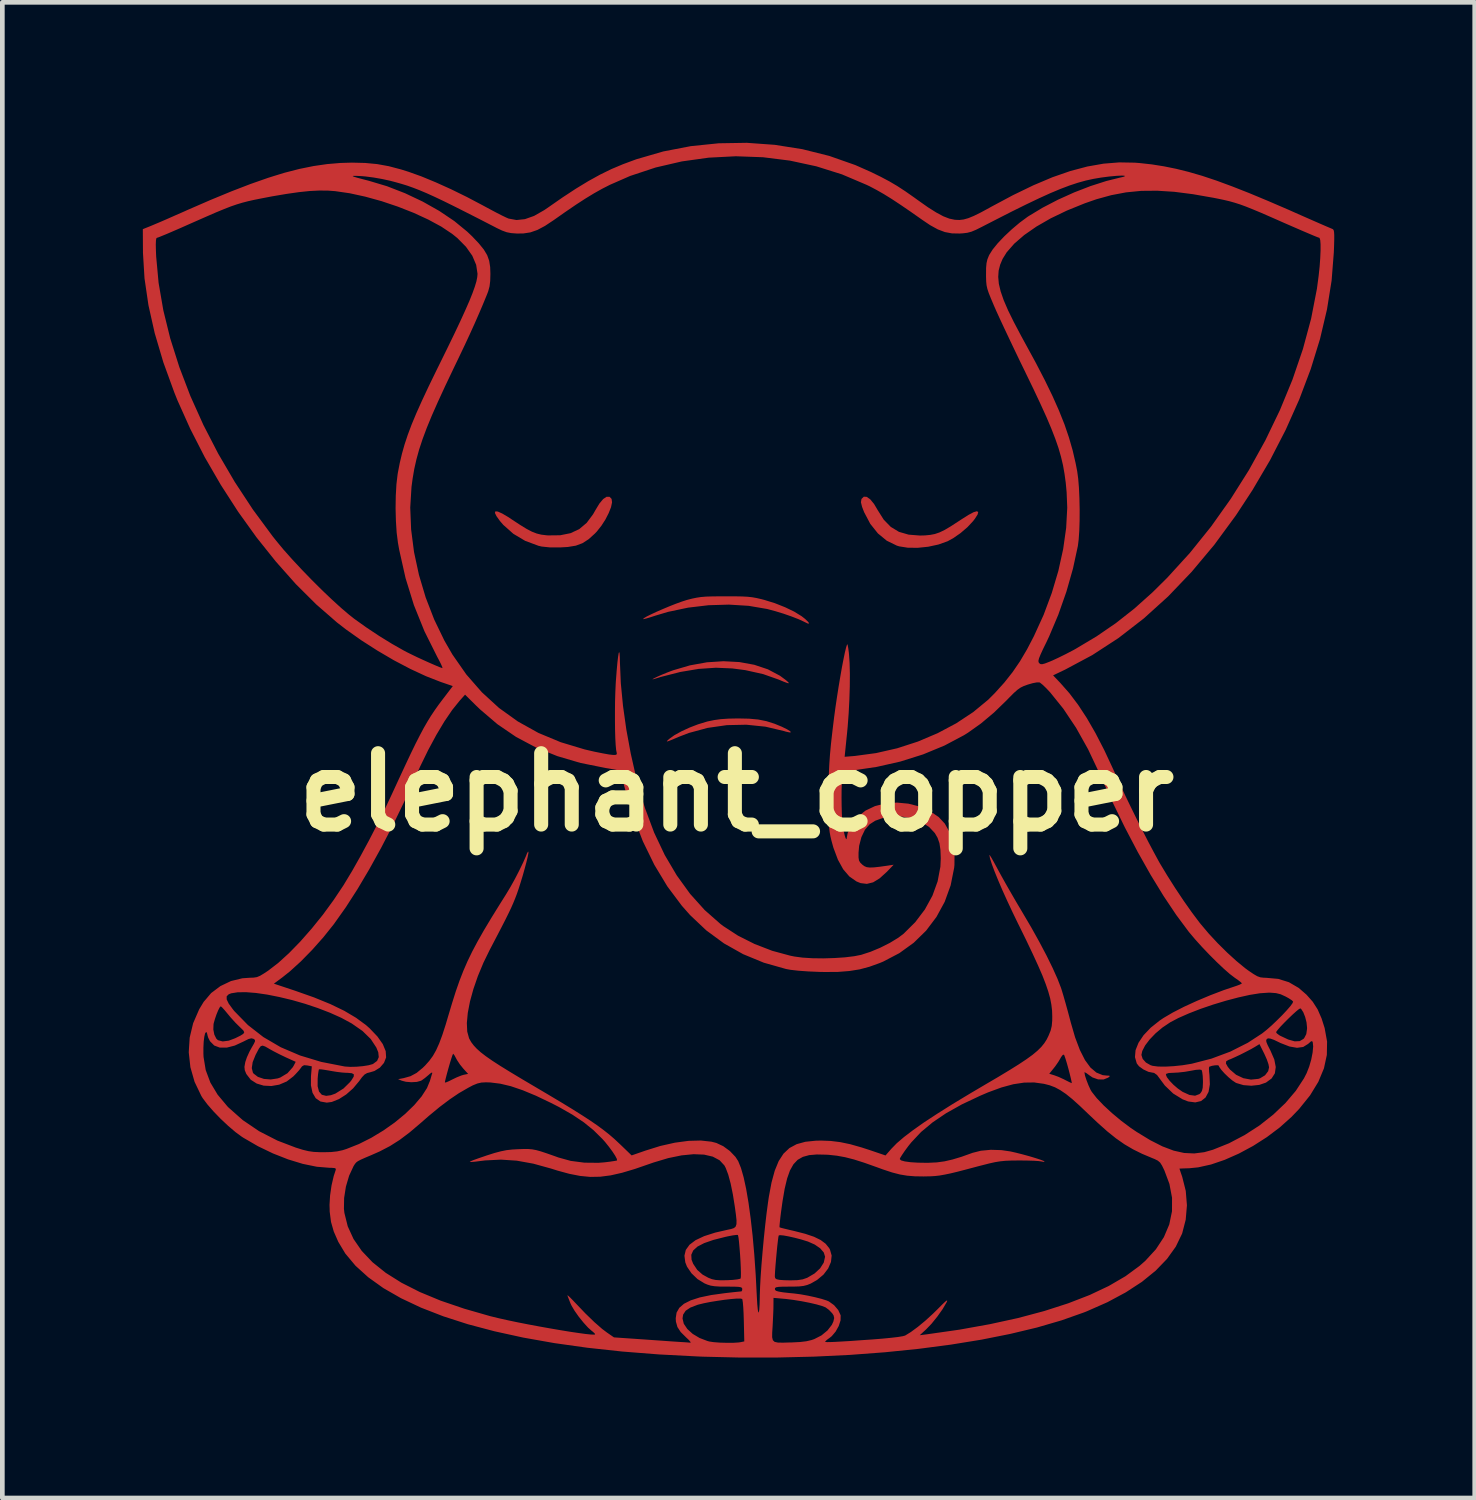
<source format=kicad_pcb>
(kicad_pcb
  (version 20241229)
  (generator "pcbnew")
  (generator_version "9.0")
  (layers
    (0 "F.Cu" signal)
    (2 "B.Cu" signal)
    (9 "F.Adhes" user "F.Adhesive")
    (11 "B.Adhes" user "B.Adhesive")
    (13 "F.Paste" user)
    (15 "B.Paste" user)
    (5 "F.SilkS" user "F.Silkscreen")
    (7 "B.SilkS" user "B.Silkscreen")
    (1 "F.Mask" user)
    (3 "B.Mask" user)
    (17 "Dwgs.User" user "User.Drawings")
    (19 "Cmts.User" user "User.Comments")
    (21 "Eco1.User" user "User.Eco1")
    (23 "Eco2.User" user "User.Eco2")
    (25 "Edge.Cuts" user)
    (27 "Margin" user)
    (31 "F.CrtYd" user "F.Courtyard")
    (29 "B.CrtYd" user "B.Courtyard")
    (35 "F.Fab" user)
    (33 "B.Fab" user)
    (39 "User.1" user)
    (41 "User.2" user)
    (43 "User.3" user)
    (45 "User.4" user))
  (footprint "elephant_copper"
    (layer "F.Cu")
    (at 12.68 13.87)
    (property "Reference" "elephant_copper" (at 0 0 0) (layer "F.SilkS") (effects (font (size 1.524 1.524) (thickness 0.3))))
    (attr board_only exclude_from_pos_files exclude_from_bom)
    (fp_poly (pts (xy 0.06 -2.781) (xy 0.378 -2.723) (xy 0.669 -2.626) (xy 0.927 -2.489) (xy 1.058 -2.392) (xy 1.107 -2.348) (xy 1.117 -2.328) (xy 1.085 -2.333) (xy 1.006 -2.362) (xy 0.899 -2.407) (xy 0.567 -2.524) (xy 0.19 -2.608) (xy -0.091 -2.645) (xy -0.442 -2.66) (xy -0.809 -2.635) (xy -1.199 -2.57) (xy -1.619 -2.463) (xy -1.754 -2.421) (xy -1.794 -2.411) (xy -1.788 -2.42) (xy -1.747 -2.442) (xy -1.68 -2.474) (xy -1.594 -2.512) (xy -1.498 -2.551) (xy -1.403 -2.588) (xy -1.356 -2.605) (xy -0.994 -2.711) (xy -0.633 -2.776) (xy -0.279 -2.799)) (stroke (width 0) (type solid)) (fill yes) (layer "F.Cu"))
    (fp_poly (pts (xy 0.266 -1.572) (xy 0.463 -1.554) (xy 0.638 -1.519) (xy 0.808 -1.465) (xy 0.962 -1.402) (xy 1.075 -1.347) (xy 1.142 -1.306) (xy 1.162 -1.282) (xy 1.133 -1.278) (xy 1.054 -1.295) (xy 1.011 -1.308) (xy 0.618 -1.401) (xy 0.209 -1.443) (xy -0.207 -1.434) (xy -0.619 -1.375) (xy -1.018 -1.267) (xy -1.232 -1.185) (xy -1.361 -1.13) (xy -1.443 -1.097) (xy -1.483 -1.085) (xy -1.489 -1.091) (xy -1.465 -1.116) (xy -1.435 -1.142) (xy -1.328 -1.219) (xy -1.179 -1.301) (xy -1.006 -1.381) (xy -0.824 -1.451) (xy -0.647 -1.505) (xy -0.623 -1.512) (xy -0.479 -1.542) (xy -0.336 -1.562) (xy -0.173 -1.573) (xy 0.027 -1.577) (xy 0.029 -1.577)) (stroke (width 0) (type solid)) (fill yes) (layer "F.Cu"))
    (fp_poly (pts (xy 2.781 -6.309) (xy 2.856 -6.255) (xy 2.937 -6.156) (xy 3.014 -6.026) (xy 3.143 -5.822) (xy 3.293 -5.668) (xy 3.468 -5.562) (xy 3.675 -5.502) (xy 3.917 -5.483) (xy 4.026 -5.486) (xy 4.137 -5.497) (xy 4.236 -5.516) (xy 4.335 -5.55) (xy 4.445 -5.603) (xy 4.575 -5.68) (xy 4.738 -5.786) (xy 4.799 -5.826) (xy 4.95 -5.922) (xy 5.061 -5.981) (xy 5.132 -6.002) (xy 5.161 -5.986) (xy 5.148 -5.933) (xy 5.091 -5.843) (xy 5.052 -5.792) (xy 4.932 -5.663) (xy 4.783 -5.535) (xy 4.626 -5.426) (xy 4.507 -5.361) (xy 4.311 -5.291) (xy 4.093 -5.244) (xy 3.87 -5.221) (xy 3.657 -5.223) (xy 3.473 -5.252) (xy 3.422 -5.268) (xy 3.207 -5.373) (xy 3.018 -5.529) (xy 2.856 -5.732) (xy 2.725 -5.98) (xy 2.68 -6.096) (xy 2.656 -6.194) (xy 2.667 -6.261) (xy 2.669 -6.266) (xy 2.718 -6.313)) (stroke (width 0) (type solid)) (fill yes) (layer "F.Cu"))
    (fp_poly (pts (xy -2.669 -6.266) (xy -2.659 -6.193) (xy -2.681 -6.088) (xy -2.731 -5.962) (xy -2.801 -5.825) (xy -2.888 -5.69) (xy -2.985 -5.568) (xy -3.026 -5.525) (xy -3.16 -5.404) (xy -3.29 -5.32) (xy -3.432 -5.267) (xy -3.602 -5.239) (xy -3.769 -5.229) (xy -3.99 -5.23) (xy -4.162 -5.248) (xy -4.23 -5.264) (xy -4.515 -5.37) (xy -4.767 -5.52) (xy -4.982 -5.711) (xy -5.052 -5.792) (xy -5.128 -5.898) (xy -5.161 -5.967) (xy -5.15 -6) (xy -5.098 -5.995) (xy -5.004 -5.953) (xy -4.87 -5.874) (xy -4.799 -5.826) (xy -4.624 -5.711) (xy -4.484 -5.625) (xy -4.369 -5.565) (xy -4.268 -5.526) (xy -4.17 -5.502) (xy -4.064 -5.489) (xy -4.026 -5.486) (xy -3.767 -5.489) (xy -3.547 -5.533) (xy -3.36 -5.62) (xy -3.201 -5.754) (xy -3.064 -5.938) (xy -3.014 -6.026) (xy -2.93 -6.165) (xy -2.849 -6.262) (xy -2.776 -6.311) (xy -2.713 -6.311)) (stroke (width 0) (type solid)) (fill yes) (layer "F.Cu"))
    (fp_poly (pts (xy -0.035 -4.185) (xy 0.116 -4.182) (xy 0.235 -4.176) (xy 0.335 -4.165) (xy 0.429 -4.148) (xy 0.529 -4.125) (xy 0.594 -4.108) (xy 0.819 -4.038) (xy 1.036 -3.952) (xy 1.231 -3.858) (xy 1.39 -3.76) (xy 1.464 -3.702) (xy 1.531 -3.637) (xy 1.55 -3.604) (xy 1.521 -3.604) (xy 1.447 -3.639) (xy 1.436 -3.645) (xy 1.325 -3.696) (xy 1.176 -3.754) (xy 1.004 -3.814) (xy 0.827 -3.868) (xy 0.663 -3.912) (xy 0.651 -3.915) (xy 0.258 -3.982) (xy -0.163 -4.008) (xy -0.598 -3.995) (xy -1.036 -3.943) (xy -1.463 -3.853) (xy -1.735 -3.772) (xy -1.846 -3.736) (xy -1.934 -3.71) (xy -1.987 -3.698) (xy -1.996 -3.698) (xy -1.981 -3.717) (xy -1.921 -3.753) (xy -1.826 -3.8) (xy -1.706 -3.856) (xy -1.57 -3.915) (xy -1.429 -3.974) (xy -1.292 -4.028) (xy -1.168 -4.073) (xy -1.068 -4.105) (xy -1.058 -4.108) (xy -0.949 -4.136) (xy -0.853 -4.156) (xy -0.759 -4.17) (xy -0.652 -4.179) (xy -0.521 -4.183) (xy -0.352 -4.185) (xy -0.232 -4.185)) (stroke (width 0) (type solid)) (fill yes) (layer "F.Cu"))
    (fp_poly (pts (xy 0.816 -13.827) (xy 1.405 -13.734) (xy 1.981 -13.59) (xy 2.536 -13.395) (xy 2.872 -13.246) (xy 3.082 -13.143) (xy 3.263 -13.047) (xy 3.431 -12.948) (xy 3.604 -12.835) (xy 3.798 -12.699) (xy 3.877 -12.642) (xy 4.088 -12.493) (xy 4.266 -12.381) (xy 4.415 -12.301) (xy 4.544 -12.251) (xy 4.658 -12.227) (xy 4.67 -12.226) (xy 4.76 -12.222) (xy 4.85 -12.233) (xy 4.95 -12.261) (xy 5.069 -12.31) (xy 5.217 -12.383) (xy 5.403 -12.484) (xy 5.431 -12.5) (xy 5.903 -12.752) (xy 6.339 -12.963) (xy 6.746 -13.135) (xy 7.129 -13.268) (xy 7.491 -13.364) (xy 7.838 -13.425) (xy 8.174 -13.452) (xy 8.505 -13.446) (xy 8.608 -13.438) (xy 8.869 -13.409) (xy 9.127 -13.368) (xy 9.388 -13.315) (xy 9.658 -13.248) (xy 9.943 -13.165) (xy 10.249 -13.063) (xy 10.58 -12.941) (xy 10.944 -12.798) (xy 11.345 -12.631) (xy 11.791 -12.439) (xy 11.923 -12.38) (xy 12.118 -12.294) (xy 12.298 -12.215) (xy 12.455 -12.146) (xy 12.582 -12.091) (xy 12.671 -12.053) (xy 12.716 -12.034) (xy 12.717 -12.034) (xy 12.738 -12.023) (xy 12.752 -12.003) (xy 12.76 -11.965) (xy 12.764 -11.9) (xy 12.764 -11.801) (xy 12.76 -11.657) (xy 12.755 -11.529) (xy 12.708 -10.93) (xy 12.609 -10.312) (xy 12.46 -9.68) (xy 12.262 -9.038) (xy 12.017 -8.39) (xy 11.727 -7.74) (xy 11.393 -7.092) (xy 11.016 -6.451) (xy 10.666 -5.917) (xy 10.203 -5.286) (xy 9.719 -4.708) (xy 9.217 -4.183) (xy 8.695 -3.711) (xy 8.155 -3.293) (xy 7.597 -2.93) (xy 7.021 -2.622) (xy 7.015 -2.619) (xy 6.76 -2.497) (xy 6.915 -2.334) (xy 7.109 -2.114) (xy 7.296 -1.866) (xy 7.48 -1.585) (xy 7.664 -1.266) (xy 7.852 -0.902) (xy 8.045 -0.489) (xy 8.11 -0.345) (xy 8.197 -0.153) (xy 8.302 0.071) (xy 8.42 0.315) (xy 8.545 0.57) (xy 8.672 0.821) (xy 8.794 1.06) (xy 8.907 1.273) (xy 9.003 1.45) (xy 9.037 1.511) (xy 9.194 1.772) (xy 9.367 2.045) (xy 9.547 2.315) (xy 9.724 2.566) (xy 9.887 2.783) (xy 9.917 2.82) (xy 10.086 3.02) (xy 10.277 3.225) (xy 10.478 3.424) (xy 10.676 3.604) (xy 10.858 3.754) (xy 10.934 3.81) (xy 11.042 3.883) (xy 11.12 3.928) (xy 11.187 3.952) (xy 11.258 3.96) (xy 11.311 3.962) (xy 11.568 3.985) (xy 11.796 4.056) (xy 12.005 4.178) (xy 12.171 4.322) (xy 12.304 4.472) (xy 12.409 4.636) (xy 12.493 4.828) (xy 12.559 5.035) (xy 12.611 5.323) (xy 12.606 5.609) (xy 12.544 5.896) (xy 12.424 6.184) (xy 12.248 6.472) (xy 12.014 6.763) (xy 11.851 6.933) (xy 11.602 7.156) (xy 11.326 7.364) (xy 11.032 7.552) (xy 10.729 7.715) (xy 10.426 7.849) (xy 10.133 7.949) (xy 9.858 8.01) (xy 9.669 8.029) (xy 9.567 8.032) (xy 9.492 8.035) (xy 9.459 8.037) (xy 9.458 8.037) (xy 9.467 8.064) (xy 9.489 8.13) (xy 9.517 8.211) (xy 9.593 8.512) (xy 9.618 8.821) (xy 9.592 9.128) (xy 9.517 9.418) (xy 9.511 9.433) (xy 9.38 9.704) (xy 9.193 9.965) (xy 8.952 10.215) (xy 8.658 10.454) (xy 8.313 10.679) (xy 7.92 10.89) (xy 7.478 11.085) (xy 7.414 11.11) (xy 6.942 11.277) (xy 6.417 11.43) (xy 5.845 11.567) (xy 5.229 11.69) (xy 4.575 11.796) (xy 3.887 11.886) (xy 3.168 11.959) (xy 2.424 12.015) (xy 1.659 12.052) (xy 0.877 12.071) (xy 0.083 12.072) (xy -0.72 12.053) (xy -0.835 12.048) (xy -1.66 12.005) (xy -2.445 11.943) (xy -3.19 11.862) (xy -3.893 11.763) (xy -4.553 11.646) (xy -5.169 11.511) (xy -5.739 11.36) (xy -6.263 11.191) (xy -6.739 11.006) (xy -7.165 10.805) (xy -7.542 10.589) (xy -7.866 10.357) (xy -8.138 10.111) (xy -8.356 9.85) (xy -8.506 9.6) (xy -8.602 9.381) (xy -8.661 9.175) (xy -8.689 8.956) (xy -8.69 8.895) (xy -8.385 8.895) (xy -8.375 8.983) (xy -8.304 9.269) (xy -8.18 9.54) (xy -8.004 9.795) (xy -7.775 10.036) (xy -7.493 10.262) (xy -7.156 10.474) (xy -6.765 10.672) (xy -6.319 10.857) (xy -5.817 11.028) (xy -5.26 11.188) (xy -5.231 11.195) (xy -5.071 11.234) (xy -4.883 11.276) (xy -4.673 11.32) (xy -4.449 11.364) (xy -4.219 11.407) (xy -3.99 11.448) (xy -3.768 11.486) (xy -3.562 11.52) (xy -3.379 11.547) (xy -3.226 11.568) (xy -3.11 11.58) (xy -3.039 11.582) (xy -3.02 11.578) (xy -3.032 11.554) (xy -3.078 11.513) (xy -3.091 11.504) (xy -3.172 11.432) (xy -3.269 11.325) (xy -3.369 11.201) (xy -3.458 11.075) (xy -3.524 10.964) (xy -3.545 10.92) (xy -3.579 10.833) (xy -3.606 10.764) (xy -3.613 10.746) (xy -3.603 10.746) (xy -3.561 10.783) (xy -3.495 10.85) (xy -3.443 10.905) (xy -3.23 11.128) (xy -3.037 11.315) (xy -2.87 11.461) (xy -2.763 11.541) (xy -2.618 11.641) (xy -1.966 11.686) (xy -1.768 11.7) (xy -1.58 11.713) (xy -1.414 11.725) (xy -1.28 11.734) (xy -1.19 11.74) (xy -1.169 11.741) (xy -1.076 11.747) (xy -1.004 11.753) (xy -0.983 11.755) (xy -0.982 11.741) (xy -1.017 11.699) (xy -1.078 11.641) (xy -1.193 11.527) (xy -1.263 11.42) (xy -1.295 11.305) (xy -1.299 11.237) (xy -1.154 11.237) (xy -1.127 11.35) (xy -1.051 11.463) (xy -0.936 11.567) (xy -0.79 11.654) (xy -0.623 11.718) (xy -0.582 11.729) (xy -0.488 11.743) (xy -0.358 11.753) (xy -0.214 11.757) (xy -0.074 11.757) (xy 0.039 11.75) (xy 0.082 11.744) (xy 0.165 11.727) (xy 0.163 11.638) (xy 0.76 11.638) (xy 0.775 11.701) (xy 0.813 11.737) (xy 0.883 11.752) (xy 0.994 11.754) (xy 1.153 11.749) (xy 1.18 11.749) (xy 1.356 11.74) (xy 1.49 11.724) (xy 1.601 11.698) (xy 1.661 11.677) (xy 1.813 11.599) (xy 1.942 11.493) (xy 2.035 11.373) (xy 2.067 11.304) (xy 2.085 11.228) (xy 2.072 11.172) (xy 2.043 11.127) (xy 1.974 11.055) (xy 1.902 11.001) (xy 1.827 10.971) (xy 1.708 10.937) (xy 1.558 10.902) (xy 1.389 10.869) (xy 1.215 10.841) (xy 1.05 10.82) (xy 1.013 10.817) (xy 0.789 10.797) (xy 0.788 10.938) (xy 0.787 11.027) (xy 0.782 11.154) (xy 0.775 11.301) (xy 0.77 11.402) (xy 0.761 11.541) (xy 0.76 11.638) (xy 0.163 11.638) (xy 0.155 11.287) (xy 0.15 11.132) (xy 0.143 10.997) (xy 0.134 10.894) (xy 0.124 10.832) (xy 0.119 10.82) (xy 0.08 10.812) (xy -0.005 10.813) (xy -0.123 10.823) (xy -0.263 10.839) (xy -0.413 10.861) (xy -0.562 10.885) (xy -0.698 10.912) (xy -0.809 10.939) (xy -0.834 10.946) (xy -0.987 11.005) (xy -1.087 11.072) (xy -1.141 11.154) (xy -1.154 11.237) (xy -1.299 11.237) (xy -1.299 11.23) (xy -1.281 11.112) (xy -1.223 11.01) (xy -1.123 10.923) (xy -0.978 10.85) (xy -0.786 10.788) (xy -0.542 10.737) (xy -0.244 10.696) (xy -0.191 10.69) (xy -0.069 10.676) (xy 0.029 10.666) (xy 0.092 10.66) (xy 0.106 10.659) (xy 0.119 10.635) (xy 0.122 10.608) (xy 0.116 10.585) (xy 0.093 10.571) (xy 0.043 10.562) (xy -0.043 10.558) (xy -0.177 10.557) (xy -0.204 10.557) (xy -0.357 10.556) (xy -0.467 10.549) (xy -0.551 10.536) (xy -0.625 10.513) (xy -0.684 10.488) (xy -0.834 10.396) (xy -0.963 10.272) (xy -1.059 10.13) (xy -1.095 10.038) (xy -1.113 9.898) (xy -1.109 9.878) (xy -0.967 9.878) (xy -0.961 9.982) (xy -0.927 10.069) (xy -0.84 10.2) (xy -0.726 10.3) (xy -0.603 10.368) (xy -0.526 10.398) (xy -0.446 10.415) (xy -0.344 10.422) (xy -0.206 10.42) (xy -0.086 10.414) (xy 0.013 10.403) (xy 0.074 10.39) (xy 0.087 10.383) (xy 0.092 10.347) (xy 0.093 10.266) (xy 0.09 10.152) (xy 0.084 10.016) (xy 0.075 9.873) (xy 0.064 9.733) (xy 0.053 9.609) (xy 0.042 9.514) (xy 0.031 9.46) (xy 0.028 9.453) (xy -0.005 9.453) (xy -0.081 9.463) (xy -0.186 9.483) (xy -0.244 9.496) (xy -0.496 9.56) (xy -0.692 9.628) (xy -0.835 9.702) (xy -0.926 9.785) (xy -0.967 9.878) (xy -1.109 9.878) (xy -1.084 9.773) (xy -1.005 9.663) (xy -0.875 9.565) (xy -0.692 9.479) (xy -0.455 9.403) (xy -0.197 9.344) (xy -0.113 9.326) (xy -0.055 9.306) (xy -0.019 9.274) (xy -0.002 9.222) (xy -0.001 9.14) (xy -0.014 9.018) (xy -0.037 8.85) (xy -0.079 8.587) (xy -0.126 8.357) (xy -0.177 8.167) (xy -0.231 8.024) (xy -0.259 7.97) (xy -0.362 7.859) (xy -0.508 7.781) (xy -0.694 7.738) (xy -0.917 7.729) (xy -1.174 7.754) (xy -1.461 7.813) (xy -1.775 7.907) (xy -1.861 7.937) (xy -2.174 8.045) (xy -2.446 8.126) (xy -2.688 8.181) (xy -2.911 8.21) (xy -3.125 8.214) (xy -3.342 8.193) (xy -3.572 8.148) (xy -3.825 8.079) (xy -3.961 8.036) (xy -4.341 7.931) (xy -4.695 7.867) (xy -5.033 7.845) (xy -5.369 7.862) (xy -5.486 7.876) (xy -5.587 7.889) (xy -5.663 7.895) (xy -5.698 7.893) (xy -5.699 7.893) (xy -5.678 7.879) (xy -5.611 7.852) (xy -5.508 7.815) (xy -5.379 7.771) (xy -5.339 7.757) (xy -5.169 7.703) (xy -5.033 7.667) (xy -4.914 7.643) (xy -4.79 7.629) (xy -4.663 7.622) (xy -4.547 7.618) (xy -4.453 7.618) (xy -4.368 7.625) (xy -4.281 7.641) (xy -4.18 7.669) (xy -4.053 7.711) (xy -3.888 7.769) (xy -3.805 7.799) (xy -3.541 7.872) (xy -3.249 7.91) (xy -2.95 7.913) (xy -2.823 7.903) (xy -2.707 7.889) (xy -2.615 7.875) (xy -2.561 7.865) (xy -2.552 7.862) (xy -2.557 7.829) (xy -2.592 7.762) (xy -2.651 7.672) (xy -2.727 7.569) (xy -2.812 7.463) (xy -2.868 7.401) (xy -3.052 7.219) (xy -3.261 7.049) (xy -3.504 6.886) (xy -3.791 6.722) (xy -3.961 6.635) (xy -4.283 6.481) (xy -4.567 6.363) (xy -4.82 6.277) (xy -5.047 6.223) (xy -5.257 6.197) (xy -5.353 6.194) (xy -5.449 6.199) (xy -5.535 6.219) (xy -5.631 6.258) (xy -5.735 6.313) (xy -5.93 6.426) (xy -6.128 6.56) (xy -6.339 6.719) (xy -6.573 6.912) (xy -6.756 7.072) (xy -6.986 7.267) (xy -7.196 7.425) (xy -7.403 7.556) (xy -7.622 7.67) (xy -7.801 7.749) (xy -7.936 7.806) (xy -8.028 7.847) (xy -8.088 7.879) (xy -8.126 7.908) (xy -8.153 7.942) (xy -8.18 7.985) (xy -8.274 8.188) (xy -8.343 8.422) (xy -8.381 8.664) (xy -8.385 8.895) (xy -8.69 8.895) (xy -8.693 8.815) (xy -8.681 8.612) (xy -8.65 8.397) (xy -8.603 8.195) (xy -8.562 8.071) (xy -8.557 8.041) (xy -8.581 8.026) (xy -8.645 8.02) (xy -8.697 8.019) (xy -8.965 7.997) (xy -9.262 7.936) (xy -9.577 7.84) (xy -9.9 7.713) (xy -10.22 7.559) (xy -10.527 7.381) (xy -10.562 7.359) (xy -10.701 7.257) (xy -10.856 7.125) (xy -11.016 6.975) (xy -11.167 6.819) (xy -11.299 6.668) (xy -11.4 6.534) (xy -11.43 6.486) (xy -11.575 6.183) (xy -11.664 5.871) (xy -11.699 5.554) (xy -11.693 5.45) (xy -11.386 5.45) (xy -11.386 5.584) (xy -11.383 5.652) (xy -11.337 5.932) (xy -11.237 6.2) (xy -11.083 6.457) (xy -10.873 6.708) (xy -10.853 6.729) (xy -10.547 7) (xy -10.196 7.238) (xy -9.806 7.438) (xy -9.414 7.588) (xy -9.263 7.635) (xy -9.143 7.664) (xy -9.03 7.68) (xy -8.901 7.686) (xy -8.823 7.687) (xy -8.659 7.683) (xy -8.53 7.669) (xy -8.411 7.643) (xy -8.33 7.617) (xy -8.065 7.512) (xy -7.801 7.379) (xy -7.543 7.223) (xy -7.3 7.052) (xy -7.078 6.869) (xy -6.885 6.682) (xy -6.727 6.496) (xy -6.611 6.316) (xy -6.563 6.198) (xy -6.229 6.198) (xy -6.206 6.196) (xy -6.146 6.171) (xy -6.076 6.136) (xy -5.974 6.087) (xy -5.877 6.048) (xy -5.829 6.034) (xy -5.733 6.014) (xy -5.837 5.9) (xy -5.908 5.812) (xy -5.969 5.72) (xy -5.988 5.685) (xy -6.023 5.62) (xy -6.049 5.586) (xy -6.053 5.585) (xy -6.066 5.61) (xy -6.089 5.678) (xy -6.119 5.775) (xy -6.151 5.886) (xy -6.182 5.998) (xy -6.208 6.097) (xy -6.225 6.169) (xy -6.229 6.198) (xy -6.563 6.198) (xy -6.55 6.169) (xy -6.524 6.081) (xy -6.503 6.01) (xy -6.497 5.995) (xy -6.505 5.983) (xy -6.545 6.008) (xy -6.579 6.038) (xy -6.654 6.101) (xy -6.723 6.151) (xy -6.741 6.161) (xy -6.828 6.185) (xy -6.944 6.192) (xy -7.063 6.182) (xy -7.147 6.16) (xy -7.229 6.127) (xy -7.108 6.104) (xy -6.963 6.063) (xy -6.833 5.993) (xy -6.701 5.884) (xy -6.649 5.833) (xy -6.562 5.735) (xy -6.485 5.63) (xy -6.416 5.508) (xy -6.35 5.361) (xy -6.283 5.181) (xy -6.211 4.958) (xy -6.157 4.775) (xy -6.074 4.498) (xy -5.996 4.251) (xy -5.917 4.025) (xy -5.835 3.814) (xy -5.746 3.609) (xy -5.646 3.402) (xy -5.53 3.184) (xy -5.396 2.948) (xy -5.239 2.686) (xy -5.055 2.389) (xy -4.923 2.179) (xy -4.831 2.026) (xy -4.733 1.85) (xy -4.64 1.669) (xy -4.557 1.498) (xy -4.494 1.354) (xy -4.478 1.311) (xy -4.457 1.272) (xy -4.445 1.269) (xy -4.446 1.302) (xy -4.461 1.38) (xy -4.488 1.492) (xy -4.524 1.627) (xy -4.565 1.774) (xy -4.61 1.922) (xy -4.654 2.061) (xy -4.692 2.171) (xy -4.727 2.263) (xy -4.765 2.356) (xy -4.809 2.457) (xy -4.864 2.573) (xy -4.932 2.711) (xy -5.018 2.879) (xy -5.124 3.083) (xy -5.253 3.33) (xy -5.265 3.352) (xy -5.405 3.638) (xy -5.524 3.924) (xy -5.62 4.202) (xy -5.693 4.467) (xy -5.74 4.711) (xy -5.76 4.927) (xy -5.752 5.11) (xy -5.713 5.252) (xy -5.707 5.265) (xy -5.666 5.337) (xy -5.614 5.406) (xy -5.548 5.477) (xy -5.463 5.553) (xy -5.354 5.637) (xy -5.216 5.733) (xy -5.046 5.843) (xy -4.837 5.972) (xy -4.586 6.123) (xy -4.344 6.266) (xy -4.019 6.458) (xy -3.739 6.625) (xy -3.5 6.771) (xy -3.295 6.9) (xy -3.12 7.014) (xy -2.969 7.118) (xy -2.838 7.215) (xy -2.72 7.308) (xy -2.611 7.402) (xy -2.506 7.5) (xy -2.473 7.531) (xy -2.241 7.755) (xy -1.951 7.654) (xy -1.628 7.553) (xy -1.317 7.483) (xy -1.026 7.444) (xy -0.762 7.437) (xy -0.535 7.462) (xy -0.431 7.489) (xy -0.284 7.558) (xy -0.142 7.662) (xy -0.024 7.786) (xy 0.035 7.877) (xy 0.094 8.023) (xy 0.151 8.222) (xy 0.205 8.471) (xy 0.255 8.765) (xy 0.301 9.1) (xy 0.343 9.472) (xy 0.379 9.876) (xy 0.409 10.308) (xy 0.432 10.754) (xy 0.442 10.929) (xy 0.453 11.046) (xy 0.464 11.105) (xy 0.475 11.106) (xy 0.485 11.05) (xy 0.492 10.937) (xy 0.496 10.766) (xy 0.496 10.745) (xy 0.501 10.605) (xy 0.818 10.605) (xy 0.824 10.63) (xy 0.85 10.649) (xy 0.904 10.664) (xy 0.994 10.679) (xy 1.128 10.694) (xy 1.224 10.703) (xy 1.363 10.721) (xy 1.518 10.749) (xy 1.675 10.783) (xy 1.816 10.819) (xy 1.926 10.854) (xy 1.971 10.873) (xy 2.082 10.953) (xy 2.171 11.057) (xy 2.222 11.167) (xy 2.223 11.175) (xy 2.221 11.278) (xy 2.182 11.398) (xy 2.116 11.517) (xy 2.033 11.615) (xy 1.992 11.648) (xy 1.929 11.694) (xy 1.894 11.727) (xy 1.891 11.733) (xy 1.902 11.739) (xy 1.938 11.742) (xy 2.005 11.741) (xy 2.107 11.737) (xy 2.249 11.729) (xy 2.435 11.718) (xy 2.67 11.701) (xy 2.904 11.685) (xy 3.116 11.668) (xy 3.299 11.65) (xy 3.446 11.633) (xy 3.549 11.616) (xy 3.6 11.602) (xy 3.722 11.527) (xy 3.87 11.418) (xy 4.031 11.285) (xy 4.192 11.138) (xy 4.294 11.038) (xy 4.394 10.937) (xy 4.46 10.875) (xy 4.493 10.851) (xy 4.499 10.861) (xy 4.486 10.891) (xy 4.4 11.038) (xy 4.286 11.199) (xy 4.162 11.352) (xy 4.05 11.468) (xy 3.912 11.595) (xy 4.068 11.575) (xy 4.761 11.476) (xy 5.411 11.359) (xy 6.015 11.227) (xy 6.572 11.078) (xy 7.081 10.914) (xy 7.541 10.736) (xy 7.949 10.543) (xy 8.304 10.336) (xy 8.604 10.116) (xy 8.728 10.007) (xy 8.955 9.76) (xy 9.126 9.5) (xy 9.241 9.229) (xy 9.299 8.948) (xy 9.3 8.659) (xy 9.244 8.363) (xy 9.137 8.077) (xy 9.087 7.974) (xy 9.046 7.909) (xy 8.997 7.867) (xy 8.927 7.832) (xy 8.882 7.814) (xy 8.663 7.722) (xy 8.467 7.625) (xy 8.283 7.517) (xy 8.103 7.391) (xy 7.915 7.24) (xy 7.709 7.056) (xy 7.514 6.872) (xy 7.325 6.692) (xy 7.168 6.551) (xy 7.033 6.442) (xy 6.913 6.361) (xy 6.802 6.301) (xy 6.689 6.258) (xy 6.569 6.227) (xy 6.565 6.226) (xy 6.356 6.197) (xy 6.141 6.2) (xy 5.91 6.235) (xy 5.656 6.304) (xy 5.37 6.409) (xy 5.202 6.481) (xy 4.812 6.665) (xy 4.475 6.854) (xy 4.187 7.049) (xy 3.941 7.254) (xy 3.734 7.474) (xy 3.671 7.552) (xy 3.594 7.656) (xy 3.533 7.746) (xy 3.494 7.809) (xy 3.485 7.833) (xy 3.513 7.861) (xy 3.592 7.883) (xy 3.714 7.9) (xy 3.873 7.91) (xy 4.062 7.913) (xy 4.109 7.912) (xy 4.277 7.904) (xy 4.439 7.882) (xy 4.609 7.843) (xy 4.802 7.785) (xy 5.032 7.703) (xy 5.036 7.701) (xy 5.217 7.655) (xy 5.43 7.635) (xy 5.657 7.642) (xy 5.848 7.67) (xy 5.971 7.698) (xy 6.109 7.733) (xy 6.248 7.771) (xy 6.378 7.81) (xy 6.483 7.844) (xy 6.553 7.871) (xy 6.573 7.882) (xy 6.572 7.894) (xy 6.523 7.887) (xy 6.515 7.885) (xy 6.455 7.876) (xy 6.35 7.869) (xy 6.214 7.865) (xy 6.061 7.863) (xy 6.022 7.863) (xy 5.865 7.865) (xy 5.74 7.87) (xy 5.631 7.881) (xy 5.52 7.899) (xy 5.394 7.927) (xy 5.234 7.968) (xy 5.152 7.989) (xy 4.915 8.052) (xy 4.723 8.102) (xy 4.57 8.139) (xy 4.444 8.165) (xy 4.337 8.184) (xy 4.24 8.195) (xy 4.144 8.201) (xy 4.039 8.203) (xy 3.993 8.204) (xy 3.807 8.201) (xy 3.644 8.188) (xy 3.488 8.162) (xy 3.322 8.119) (xy 3.131 8.056) (xy 2.982 8.002) (xy 2.726 7.911) (xy 2.509 7.842) (xy 2.318 7.793) (xy 2.141 7.761) (xy 1.965 7.742) (xy 1.905 7.739) (xy 1.712 7.735) (xy 1.55 7.749) (xy 1.416 7.786) (xy 1.305 7.849) (xy 1.215 7.944) (xy 1.141 8.075) (xy 1.08 8.247) (xy 1.028 8.464) (xy 0.982 8.731) (xy 0.95 8.962) (xy 0.934 9.091) (xy 0.923 9.196) (xy 0.917 9.267) (xy 0.918 9.29) (xy 0.949 9.301) (xy 1.024 9.32) (xy 1.132 9.346) (xy 1.228 9.368) (xy 1.466 9.429) (xy 1.653 9.492) (xy 1.796 9.562) (xy 1.902 9.641) (xy 1.977 9.734) (xy 1.995 9.766) (xy 2.031 9.894) (xy 2.016 10.031) (xy 1.956 10.17) (xy 1.856 10.301) (xy 1.719 10.415) (xy 1.586 10.491) (xy 1.509 10.522) (xy 1.431 10.542) (xy 1.337 10.553) (xy 1.208 10.557) (xy 1.129 10.557) (xy 0.99 10.558) (xy 0.899 10.562) (xy 0.847 10.571) (xy 0.823 10.586) (xy 0.818 10.605) (xy 0.501 10.605) (xy 0.502 10.569) (xy 0.514 10.347) (xy 0.514 10.346) (xy 0.818 10.346) (xy 0.826 10.378) (xy 0.856 10.4) (xy 0.918 10.413) (xy 1.02 10.42) (xy 1.151 10.423) (xy 1.3 10.419) (xy 1.412 10.402) (xy 1.51 10.368) (xy 1.513 10.366) (xy 1.665 10.277) (xy 1.784 10.167) (xy 1.862 10.045) (xy 1.89 9.92) (xy 1.89 9.918) (xy 1.863 9.829) (xy 1.787 9.74) (xy 1.67 9.659) (xy 1.521 9.593) (xy 1.513 9.591) (xy 1.38 9.55) (xy 1.243 9.514) (xy 1.114 9.485) (xy 1.006 9.465) (xy 0.93 9.458) (xy 0.901 9.464) (xy 0.893 9.497) (xy 0.883 9.575) (xy 0.87 9.687) (xy 0.857 9.82) (xy 0.844 9.961) (xy 0.832 10.099) (xy 0.823 10.22) (xy 0.818 10.313) (xy 0.818 10.346) (xy 0.514 10.346) (xy 0.532 10.093) (xy 0.555 9.819) (xy 0.581 9.537) (xy 0.61 9.259) (xy 0.64 8.998) (xy 0.671 8.766) (xy 0.689 8.642) (xy 0.746 8.336) (xy 0.815 8.082) (xy 0.899 7.877) (xy 1.002 7.718) (xy 1.129 7.598) (xy 1.283 7.515) (xy 1.468 7.464) (xy 1.688 7.441) (xy 1.803 7.438) (xy 2.01 7.446) (xy 2.213 7.471) (xy 2.428 7.516) (xy 2.671 7.585) (xy 2.847 7.642) (xy 3.181 7.756) (xy 3.306 7.613) (xy 3.421 7.495) (xy 3.574 7.364) (xy 3.768 7.216) (xy 4.003 7.05) (xy 4.284 6.866) (xy 4.611 6.66) (xy 4.987 6.433) (xy 5.297 6.25) (xy 5.585 6.081) (xy 5.701 6.011) (xy 6.678 6.011) (xy 6.785 6.044) (xy 6.877 6.078) (xy 6.984 6.127) (xy 7.023 6.147) (xy 7.098 6.185) (xy 7.148 6.208) (xy 7.159 6.211) (xy 7.155 6.182) (xy 7.139 6.11) (xy 7.113 6.005) (xy 7.09 5.916) (xy 7.056 5.793) (xy 7.025 5.691) (xy 7.001 5.623) (xy 6.992 5.603) (xy 6.966 5.609) (xy 6.93 5.656) (xy 6.92 5.675) (xy 6.871 5.758) (xy 6.805 5.853) (xy 6.774 5.892) (xy 6.678 6.011) (xy 5.701 6.011) (xy 5.827 5.935) (xy 6.027 5.81) (xy 6.191 5.701) (xy 6.322 5.606) (xy 6.426 5.519) (xy 6.508 5.438) (xy 6.572 5.359) (xy 6.623 5.279) (xy 6.662 5.2) (xy 6.707 5.09) (xy 6.731 4.991) (xy 6.741 4.877) (xy 6.742 4.787) (xy 6.738 4.662) (xy 6.723 4.536) (xy 6.698 4.404) (xy 6.658 4.259) (xy 6.603 4.097) (xy 6.531 3.911) (xy 6.438 3.697) (xy 6.324 3.449) (xy 6.187 3.161) (xy 6.023 2.827) (xy 6.017 2.816) (xy 5.895 2.564) (xy 5.78 2.318) (xy 5.675 2.086) (xy 5.584 1.873) (xy 5.508 1.686) (xy 5.45 1.53) (xy 5.413 1.413) (xy 5.399 1.341) (xy 5.399 1.337) (xy 5.412 1.35) (xy 5.447 1.406) (xy 5.498 1.497) (xy 5.562 1.615) (xy 5.584 1.656) (xy 5.657 1.789) (xy 5.752 1.959) (xy 5.861 2.149) (xy 5.976 2.348) (xy 6.09 2.54) (xy 6.107 2.569) (xy 6.296 2.89) (xy 6.468 3.199) (xy 6.621 3.489) (xy 6.751 3.754) (xy 6.855 3.986) (xy 6.93 4.18) (xy 6.944 4.224) (xy 6.98 4.343) (xy 7.025 4.5) (xy 7.074 4.677) (xy 7.122 4.856) (xy 7.135 4.907) (xy 7.23 5.234) (xy 7.332 5.504) (xy 7.441 5.719) (xy 7.558 5.879) (xy 7.685 5.986) (xy 7.82 6.041) (xy 7.898 6.049) (xy 7.96 6.052) (xy 7.971 6.064) (xy 7.939 6.092) (xy 7.938 6.093) (xy 7.84 6.133) (xy 7.722 6.132) (xy 7.602 6.09) (xy 7.537 6.046) (xy 7.475 6) (xy 7.436 5.979) (xy 7.429 5.981) (xy 7.441 6.05) (xy 7.473 6.148) (xy 7.515 6.256) (xy 7.559 6.352) (xy 7.585 6.396) (xy 7.692 6.532) (xy 7.839 6.686) (xy 8.015 6.849) (xy 8.21 7.012) (xy 8.414 7.165) (xy 8.543 7.252) (xy 8.833 7.429) (xy 9.095 7.562) (xy 9.335 7.653) (xy 9.559 7.703) (xy 9.774 7.713) (xy 9.988 7.686) (xy 10.172 7.634) (xy 10.516 7.496) (xy 10.851 7.32) (xy 11.168 7.115) (xy 11.461 6.884) (xy 11.722 6.636) (xy 11.943 6.376) (xy 12.117 6.11) (xy 12.175 5.997) (xy 12.229 5.859) (xy 12.273 5.707) (xy 12.302 5.558) (xy 12.314 5.429) (xy 12.306 5.344) (xy 12.293 5.315) (xy 12.268 5.319) (xy 12.219 5.362) (xy 12.207 5.373) (xy 12.101 5.439) (xy 11.969 5.457) (xy 11.808 5.429) (xy 11.615 5.354) (xy 11.591 5.342) (xy 11.476 5.287) (xy 11.4 5.26) (xy 11.352 5.255) (xy 11.328 5.266) (xy 11.311 5.29) (xy 11.314 5.33) (xy 11.34 5.395) (xy 11.391 5.496) (xy 11.402 5.517) (xy 11.484 5.706) (xy 11.515 5.867) (xy 11.496 6.002) (xy 11.426 6.112) (xy 11.306 6.2) (xy 11.163 6.249) (xy 10.994 6.267) (xy 10.825 6.254) (xy 10.677 6.21) (xy 10.658 6.201) (xy 10.586 6.153) (xy 10.504 6.084) (xy 10.421 6.004) (xy 10.352 5.927) (xy 10.308 5.865) (xy 10.299 5.839) (xy 10.275 5.829) (xy 10.218 5.831) (xy 10.151 5.842) (xy 10.096 5.861) (xy 10.094 5.862) (xy 10.088 5.894) (xy 10.091 5.966) (xy 10.099 6.038) (xy 10.108 6.237) (xy 10.08 6.398) (xy 10.016 6.518) (xy 9.92 6.594) (xy 9.796 6.623) (xy 9.645 6.603) (xy 9.527 6.558) (xy 9.324 6.433) (xy 9.146 6.262) (xy 9.051 6.134) (xy 8.979 6.037) (xy 8.967 6.029) (xy 9.168 6.029) (xy 9.19 6.084) (xy 9.248 6.16) (xy 9.329 6.245) (xy 9.423 6.326) (xy 9.518 6.392) (xy 9.527 6.398) (xy 9.673 6.464) (xy 9.792 6.48) (xy 9.884 6.446) (xy 9.909 6.424) (xy 9.939 6.377) (xy 9.955 6.309) (xy 9.96 6.205) (xy 9.96 6.16) (xy 9.955 6.055) (xy 9.944 5.972) (xy 9.931 5.93) (xy 9.931 5.93) (xy 9.89 5.922) (xy 9.808 5.928) (xy 9.703 5.947) (xy 9.57 5.97) (xy 9.43 5.985) (xy 9.335 5.99) (xy 9.231 5.995) (xy 9.179 6.011) (xy 9.168 6.029) (xy 8.967 6.029) (xy 8.917 5.993) (xy 8.897 5.99) (xy 8.796 5.97) (xy 8.688 5.919) (xy 8.595 5.852) (xy 8.547 5.791) (xy 8.508 5.656) (xy 8.512 5.609) (xy 8.646 5.609) (xy 8.673 5.694) (xy 8.743 5.772) (xy 8.843 5.829) (xy 8.886 5.842) (xy 9.001 5.857) (xy 9.156 5.859) (xy 9.336 5.849) (xy 9.526 5.829) (xy 9.709 5.799) (xy 9.719 5.797) (xy 9.74 5.792) (xy 10.451 5.792) (xy 10.491 5.864) (xy 10.538 5.922) (xy 10.668 6.033) (xy 10.823 6.106) (xy 10.986 6.136) (xy 11.144 6.12) (xy 11.18 6.108) (xy 11.286 6.044) (xy 11.353 5.956) (xy 11.372 5.874) (xy 11.359 5.806) (xy 11.325 5.707) (xy 11.276 5.597) (xy 11.269 5.582) (xy 11.167 5.378) (xy 11.074 5.435) (xy 10.989 5.484) (xy 10.878 5.542) (xy 10.758 5.603) (xy 10.643 5.657) (xy 10.552 5.698) (xy 10.509 5.714) (xy 10.457 5.744) (xy 10.451 5.792) (xy 9.74 5.792) (xy 10.142 5.688) (xy 10.545 5.538) (xy 10.919 5.349) (xy 11.224 5.15) (xy 11.258 5.123) (xy 11.522 5.123) (xy 11.539 5.15) (xy 11.592 5.189) (xy 11.609 5.199) (xy 11.781 5.28) (xy 11.919 5.319) (xy 12.027 5.314) (xy 12.108 5.266) (xy 12.124 5.247) (xy 12.167 5.164) (xy 12.183 5.052) (xy 12.183 5.023) (xy 12.172 4.913) (xy 12.143 4.799) (xy 12.103 4.698) (xy 12.058 4.628) (xy 12.042 4.615) (xy 12.013 4.628) (xy 11.955 4.675) (xy 11.877 4.745) (xy 11.789 4.829) (xy 11.7 4.918) (xy 11.619 5.002) (xy 11.558 5.072) (xy 11.524 5.118) (xy 11.522 5.123) (xy 11.258 5.123) (xy 11.322 5.072) (xy 11.431 4.976) (xy 11.543 4.869) (xy 11.652 4.761) (xy 11.748 4.658) (xy 11.825 4.57) (xy 11.873 4.504) (xy 11.886 4.47) (xy 11.857 4.441) (xy 11.791 4.398) (xy 11.721 4.36) (xy 11.618 4.313) (xy 11.52 4.289) (xy 11.402 4.28) (xy 11.354 4.28) (xy 11.177 4.292) (xy 10.959 4.327) (xy 10.713 4.382) (xy 10.448 4.452) (xy 10.177 4.534) (xy 9.91 4.625) (xy 9.66 4.722) (xy 9.437 4.82) (xy 9.253 4.917) (xy 9.253 4.918) (xy 9.094 5.025) (xy 8.948 5.148) (xy 8.822 5.279) (xy 8.725 5.407) (xy 8.664 5.525) (xy 8.646 5.609) (xy 8.512 5.609) (xy 8.521 5.507) (xy 8.584 5.349) (xy 8.692 5.188) (xy 8.844 5.028) (xy 9.036 4.875) (xy 9.119 4.819) (xy 9.317 4.703) (xy 9.557 4.58) (xy 9.828 4.456) (xy 10.116 4.335) (xy 10.407 4.224) (xy 10.669 4.136) (xy 10.743 4.109) (xy 10.786 4.086) (xy 10.791 4.079) (xy 10.769 4.056) (xy 10.711 4.011) (xy 10.639 3.961) (xy 10.534 3.881) (xy 10.402 3.765) (xy 10.252 3.623) (xy 10.094 3.465) (xy 9.936 3.299) (xy 9.789 3.136) (xy 9.662 2.985) (xy 9.654 2.975) (xy 9.391 2.621) (xy 9.12 2.216) (xy 8.844 1.765) (xy 8.567 1.274) (xy 8.291 0.748) (xy 8.021 0.193) (xy 7.758 -0.385) (xy 7.749 -0.407) (xy 7.507 -0.919) (xy 7.25 -1.378) (xy 6.978 -1.785) (xy 6.696 -2.135) (xy 6.612 -2.224) (xy 6.537 -2.296) (xy 6.482 -2.34) (xy 6.468 -2.347) (xy 6.413 -2.347) (xy 6.324 -2.33) (xy 6.22 -2.3) (xy 6.136 -2.27) (xy 6.066 -2.236) (xy 6 -2.19) (xy 5.924 -2.123) (xy 5.827 -2.026) (xy 5.764 -1.961) (xy 5.498 -1.703) (xy 5.219 -1.469) (xy 4.942 -1.272) (xy 4.857 -1.219) (xy 4.44 -0.998) (xy 3.983 -0.809) (xy 3.497 -0.656) (xy 2.992 -0.542) (xy 2.546 -0.476) (xy 2.43 -0.462) (xy 2.336 -0.447) (xy 2.28 -0.435) (xy 2.271 -0.431) (xy 2.26 -0.392) (xy 2.252 -0.307) (xy 2.247 -0.185) (xy 2.243 -0.039) (xy 2.242 0.121) (xy 2.244 0.284) (xy 2.248 0.439) (xy 2.254 0.574) (xy 2.263 0.679) (xy 2.266 0.701) (xy 2.287 0.82) (xy 2.308 0.915) (xy 2.328 0.979) (xy 2.344 1.004) (xy 2.353 0.982) (xy 2.355 0.96) (xy 2.374 0.868) (xy 2.425 0.754) (xy 2.495 0.637) (xy 2.576 0.535) (xy 2.581 0.53) (xy 2.752 0.392) (xy 2.956 0.295) (xy 3.183 0.237) (xy 3.424 0.22) (xy 3.67 0.243) (xy 3.912 0.305) (xy 4.139 0.408) (xy 4.317 0.529) (xy 4.447 0.669) (xy 4.549 0.852) (xy 4.619 1.066) (xy 4.655 1.303) (xy 4.653 1.551) (xy 4.647 1.613) (xy 4.572 1.988) (xy 4.445 2.339) (xy 4.269 2.662) (xy 4.048 2.955) (xy 3.783 3.214) (xy 3.477 3.435) (xy 3.133 3.615) (xy 3.051 3.649) (xy 2.837 3.726) (xy 2.628 3.782) (xy 2.409 3.817) (xy 2.167 3.836) (xy 1.888 3.838) (xy 1.774 3.836) (xy 1.535 3.826) (xy 1.325 3.811) (xy 1.156 3.792) (xy 1.057 3.774) (xy 0.581 3.639) (xy 0.14 3.457) (xy -0.269 3.227) (xy -0.647 2.949) (xy -0.993 2.622) (xy -1.168 2.424) (xy -1.478 2.01) (xy -1.756 1.549) (xy -2.001 1.047) (xy -2.21 0.505) (xy -2.382 -0.071) (xy -2.383 -0.074) (xy -2.42 -0.213) (xy -2.452 -0.33) (xy -2.476 -0.416) (xy -2.49 -0.458) (xy -2.492 -0.46) (xy -2.524 -0.469) (xy -2.6 -0.485) (xy -2.708 -0.504) (xy -2.793 -0.518) (xy -3.331 -0.626) (xy -3.827 -0.772) (xy -4.285 -0.957) (xy -4.71 -1.183) (xy -5.106 -1.453) (xy -5.475 -1.768) (xy -5.557 -1.846) (xy -5.798 -2.085) (xy -5.915 -1.954) (xy -6.072 -1.759) (xy -6.239 -1.514) (xy -6.411 -1.226) (xy -6.585 -0.903) (xy -6.757 -0.551) (xy -6.869 -0.301) (xy -7.1 0.207) (xy -7.342 0.707) (xy -7.592 1.189) (xy -7.845 1.646) (xy -8.097 2.071) (xy -8.345 2.456) (xy -8.583 2.792) (xy -8.6 2.816) (xy -8.823 3.095) (xy -9.061 3.363) (xy -9.303 3.61) (xy -9.538 3.824) (xy -9.7 3.953) (xy -9.881 4.087) (xy -9.425 4.239) (xy -9.023 4.381) (xy -8.675 4.523) (xy -8.377 4.667) (xy -8.126 4.816) (xy -7.916 4.97) (xy -7.836 5.041) (xy -7.67 5.215) (xy -7.555 5.378) (xy -7.493 5.528) (xy -7.484 5.662) (xy -7.485 5.665) (xy -7.53 5.779) (xy -7.617 5.88) (xy -7.733 5.952) (xy -7.823 5.979) (xy -7.89 5.996) (xy -7.944 6.027) (xy -8 6.086) (xy -8.061 6.17) (xy -8.189 6.323) (xy -8.336 6.453) (xy -8.491 6.552) (xy -8.643 6.613) (xy -8.751 6.628) (xy -8.886 6.604) (xy -8.988 6.533) (xy -9.056 6.417) (xy -9.086 6.277) (xy -8.947 6.277) (xy -8.917 6.392) (xy -8.857 6.46) (xy -8.766 6.483) (xy -8.763 6.483) (xy -8.663 6.469) (xy -8.568 6.435) (xy -8.394 6.326) (xy -8.259 6.193) (xy -8.226 6.152) (xy -8.177 6.074) (xy -8.172 6.026) (xy -8.214 6) (xy -8.308 5.991) (xy -8.335 5.991) (xy -8.424 5.985) (xy -8.545 5.97) (xy -8.672 5.949) (xy -8.681 5.947) (xy -8.788 5.929) (xy -8.871 5.917) (xy -8.915 5.916) (xy -8.919 5.917) (xy -8.927 5.95) (xy -8.938 6.024) (xy -8.946 6.114) (xy -8.947 6.277) (xy -9.086 6.277) (xy -9.09 6.258) (xy -9.089 6.066) (xy -9.071 5.853) (xy -9.165 5.834) (xy -9.236 5.828) (xy -9.281 5.854) (xy -9.3 5.881) (xy -9.344 5.938) (xy -9.413 6.014) (xy -9.467 6.069) (xy -9.607 6.176) (xy -9.767 6.244) (xy -9.934 6.273) (xy -10.098 6.265) (xy -10.248 6.22) (xy -10.375 6.139) (xy -10.466 6.021) (xy -10.472 6.011) (xy -10.503 5.934) (xy -10.507 5.89) (xy -10.353 5.89) (xy -10.329 5.987) (xy -10.315 6.007) (xy -10.222 6.078) (xy -10.094 6.121) (xy -9.948 6.133) (xy -9.802 6.111) (xy -9.743 6.091) (xy -9.59 5.999) (xy -9.477 5.871) (xy -9.457 5.837) (xy -9.415 5.756) (xy -9.627 5.66) (xy -9.754 5.599) (xy -9.883 5.533) (xy -9.988 5.475) (xy -9.988 5.474) (xy -10.067 5.429) (xy -10.121 5.41) (xy -10.162 5.423) (xy -10.201 5.474) (xy -10.251 5.569) (xy -10.273 5.611) (xy -10.334 5.763) (xy -10.353 5.89) (xy -10.507 5.89) (xy -10.51 5.865) (xy -10.494 5.775) (xy -10.492 5.762) (xy -10.457 5.659) (xy -10.403 5.54) (xy -10.359 5.459) (xy -10.308 5.371) (xy -10.284 5.319) (xy -10.285 5.29) (xy -10.308 5.27) (xy -10.317 5.265) (xy -10.362 5.254) (xy -10.422 5.269) (xy -10.511 5.313) (xy -10.526 5.321) (xy -10.716 5.409) (xy -10.887 5.453) (xy -11.035 5.453) (xy -11.155 5.408) (xy -11.243 5.319) (xy -11.246 5.315) (xy -11.284 5.24) (xy -11.302 5.178) (xy -11.302 5.171) (xy -11.315 5.128) (xy -11.329 5.121) (xy -11.35 5.148) (xy -11.367 5.22) (xy -11.38 5.325) (xy -11.386 5.45) (xy -11.693 5.45) (xy -11.679 5.239) (xy -11.638 5.067) (xy -11.174 5.067) (xy -11.153 5.175) (xy -11.111 5.26) (xy -11.076 5.294) (xy -10.974 5.321) (xy -10.843 5.304) (xy -10.708 5.253) (xy -10.597 5.198) (xy -10.534 5.159) (xy -10.514 5.125) (xy -10.534 5.086) (xy -10.59 5.031) (xy -10.613 5.009) (xy -10.702 4.921) (xy -10.801 4.812) (xy -10.869 4.73) (xy -10.935 4.651) (xy -10.987 4.594) (xy -11.015 4.57) (xy -11.016 4.57) (xy -11.039 4.595) (xy -11.072 4.66) (xy -11.108 4.748) (xy -11.141 4.845) (xy -11.166 4.933) (xy -11.17 4.956) (xy -11.174 5.067) (xy -11.638 5.067) (xy -11.605 4.931) (xy -11.476 4.634) (xy -11.38 4.475) (xy -11.335 4.423) (xy -10.889 4.423) (xy -10.845 4.514) (xy -10.756 4.636) (xy -10.726 4.673) (xy -10.435 4.971) (xy -10.105 5.228) (xy -9.734 5.445) (xy -9.322 5.621) (xy -8.869 5.758) (xy -8.374 5.855) (xy -8.359 5.857) (xy -8.251 5.864) (xy -8.118 5.861) (xy -7.982 5.849) (xy -7.861 5.83) (xy -7.774 5.806) (xy -7.763 5.801) (xy -7.677 5.737) (xy -7.641 5.656) (xy -7.652 5.552) (xy -7.693 5.451) (xy -7.812 5.27) (xy -7.988 5.098) (xy -8.219 4.937) (xy -8.442 4.816) (xy -8.683 4.708) (xy -8.943 4.608) (xy -9.215 4.517) (xy -9.49 4.438) (xy -9.761 4.373) (xy -10.02 4.321) (xy -10.261 4.286) (xy -10.475 4.269) (xy -10.655 4.271) (xy -10.793 4.293) (xy -10.846 4.314) (xy -10.889 4.357) (xy -10.889 4.423) (xy -11.335 4.423) (xy -11.221 4.288) (xy -11.023 4.139) (xy -10.797 4.031) (xy -10.554 3.972) (xy -10.398 3.961) (xy -10.312 3.958) (xy -10.243 3.947) (xy -10.176 3.919) (xy -10.093 3.869) (xy -10.002 3.809) (xy -9.789 3.645) (xy -9.559 3.436) (xy -9.319 3.19) (xy -9.076 2.914) (xy -8.836 2.617) (xy -8.608 2.305) (xy -8.396 1.988) (xy -8.376 1.955) (xy -8.21 1.68) (xy -8.032 1.365) (xy -7.848 1.024) (xy -7.666 0.672) (xy -7.494 0.323) (xy -7.361 0.04) (xy -7.207 -0.294) (xy -7.073 -0.582) (xy -6.957 -0.828) (xy -6.855 -1.038) (xy -6.763 -1.218) (xy -6.68 -1.374) (xy -6.601 -1.511) (xy -6.524 -1.636) (xy -6.445 -1.754) (xy -6.362 -1.871) (xy -6.271 -1.992) (xy -6.26 -2.006) (xy -6.06 -2.268) (xy -6.325 -2.359) (xy -6.632 -2.479) (xy -6.966 -2.634) (xy -7.316 -2.818) (xy -7.669 -3.025) (xy -8.014 -3.246) (xy -8.34 -3.477) (xy -8.535 -3.628) (xy -8.976 -4.012) (xy -9.412 -4.446) (xy -9.838 -4.926) (xy -10.251 -5.443) (xy -10.645 -5.992) (xy -11.015 -6.566) (xy -11.358 -7.158) (xy -11.667 -7.762) (xy -11.94 -8.37) (xy -12.007 -8.537) (xy -12.242 -9.183) (xy -12.426 -9.805) (xy -12.56 -10.403) (xy -12.644 -10.976) (xy -12.677 -11.523) (xy -12.677 -11.564) (xy -12.678 -11.695) (xy -12.403 -11.695) (xy -12.4 -11.563) (xy -12.395 -11.443) (xy -12.343 -10.879) (xy -12.242 -10.293) (xy -12.094 -9.692) (xy -11.9 -9.08) (xy -11.664 -8.462) (xy -11.386 -7.844) (xy -11.069 -7.23) (xy -10.716 -6.627) (xy -10.329 -6.038) (xy -9.909 -5.469) (xy -9.835 -5.376) (xy -9.679 -5.187) (xy -9.494 -4.979) (xy -9.289 -4.759) (xy -9.074 -4.537) (xy -8.856 -4.32) (xy -8.643 -4.117) (xy -8.444 -3.936) (xy -8.268 -3.786) (xy -8.166 -3.706) (xy -7.907 -3.521) (xy -7.633 -3.339) (xy -7.362 -3.172) (xy -7.11 -3.029) (xy -7.042 -2.993) (xy -6.939 -2.942) (xy -6.815 -2.882) (xy -6.682 -2.821) (xy -6.551 -2.762) (xy -6.434 -2.711) (xy -6.343 -2.673) (xy -6.288 -2.653) (xy -6.281 -2.652) (xy -6.285 -2.674) (xy -6.312 -2.737) (xy -6.358 -2.828) (xy -6.391 -2.889) (xy -6.666 -3.44) (xy -6.891 -3.998) (xy -7.069 -4.574) (xy -7.205 -5.18) (xy -7.232 -5.332) (xy -7.259 -5.546) (xy -7.275 -5.796) (xy -7.282 -6.062) (xy -7.278 -6.328) (xy -7.264 -6.576) (xy -7.239 -6.788) (xy -7.233 -6.825) (xy -7.193 -7.031) (xy -7.146 -7.23) (xy -7.09 -7.428) (xy -7.022 -7.633) (xy -6.94 -7.852) (xy -6.84 -8.092) (xy -6.72 -8.36) (xy -6.578 -8.663) (xy -6.411 -9.007) (xy -6.365 -9.1) (xy -6.185 -9.466) (xy -6.03 -9.785) (xy -5.9 -10.06) (xy -5.793 -10.295) (xy -5.706 -10.493) (xy -5.639 -10.66) (xy -5.59 -10.797) (xy -5.556 -10.91) (xy -5.538 -11.002) (xy -5.532 -11.073) (xy -5.561 -11.264) (xy -5.644 -11.459) (xy -5.779 -11.65) (xy -5.963 -11.836) (xy -6.073 -11.925) (xy -6.305 -12.08) (xy -6.584 -12.231) (xy -6.897 -12.375) (xy -7.233 -12.507) (xy -7.581 -12.624) (xy -7.928 -12.72) (xy -8.262 -12.793) (xy -8.573 -12.838) (xy -8.722 -12.849) (xy -8.908 -12.851) (xy -9.113 -12.841) (xy -9.344 -12.817) (xy -9.61 -12.779) (xy -9.918 -12.727) (xy -10.157 -12.681) (xy -10.302 -12.652) (xy -10.431 -12.623) (xy -10.551 -12.592) (xy -10.671 -12.556) (xy -10.799 -12.512) (xy -10.942 -12.456) (xy -11.11 -12.387) (xy -11.31 -12.3) (xy -11.551 -12.194) (xy -11.685 -12.135) (xy -11.867 -12.054) (xy -12.033 -11.982) (xy -12.175 -11.921) (xy -12.285 -11.876) (xy -12.355 -11.848) (xy -12.378 -11.842) (xy -12.392 -11.828) (xy -12.4 -11.781) (xy -12.403 -11.695) (xy -12.678 -11.695) (xy -12.68 -12.026) (xy -12.506 -12.096) (xy -12.428 -12.129) (xy -12.307 -12.18) (xy -12.155 -12.246) (xy -11.981 -12.323) (xy -11.796 -12.404) (xy -11.723 -12.437) (xy -11.233 -12.65) (xy -10.787 -12.834) (xy -10.379 -12.991) (xy -10.005 -13.122) (xy -9.884 -13.16) (xy -8.199 -13.16) (xy -8.174 -13.146) (xy -8.1 -13.124) (xy -7.972 -13.09) (xy -7.852 -13.059) (xy -7.465 -12.943) (xy -7.079 -12.793) (xy -6.703 -12.615) (xy -6.35 -12.416) (xy -6.029 -12.2) (xy -5.752 -11.973) (xy -5.648 -11.874) (xy -5.503 -11.721) (xy -5.398 -11.591) (xy -5.326 -11.471) (xy -5.283 -11.351) (xy -5.262 -11.217) (xy -5.257 -11.073) (xy -5.261 -10.923) (xy -5.275 -10.806) (xy -5.303 -10.701) (xy -5.327 -10.638) (xy -5.414 -10.426) (xy -5.501 -10.222) (xy -5.592 -10.014) (xy -5.692 -9.793) (xy -5.806 -9.548) (xy -5.939 -9.269) (xy -6.042 -9.055) (xy -6.222 -8.677) (xy -6.376 -8.343) (xy -6.507 -8.047) (xy -6.616 -7.782) (xy -6.706 -7.541) (xy -6.779 -7.319) (xy -6.837 -7.109) (xy -6.883 -6.905) (xy -6.918 -6.7) (xy -6.942 -6.522) (xy -6.969 -6.079) (xy -6.95 -5.612) (xy -6.888 -5.13) (xy -6.783 -4.643) (xy -6.639 -4.16) (xy -6.457 -3.689) (xy -6.24 -3.24) (xy -6.068 -2.942) (xy -5.771 -2.516) (xy -5.439 -2.136) (xy -5.073 -1.801) (xy -4.67 -1.512) (xy -4.232 -1.268) (xy -3.757 -1.07) (xy -3.246 -0.916) (xy -3.04 -0.868) (xy -2.856 -0.831) (xy -2.722 -0.807) (xy -2.632 -0.797) (xy -2.579 -0.799) (xy -2.557 -0.815) (xy -2.559 -0.843) (xy -2.56 -0.845) (xy -2.572 -0.905) (xy -2.582 -1.013) (xy -2.59 -1.16) (xy -2.595 -1.336) (xy -2.597 -1.531) (xy -2.597 -1.737) (xy -2.595 -1.943) (xy -2.589 -2.139) (xy -2.581 -2.317) (xy -2.577 -2.38) (xy -2.56 -2.602) (xy -2.544 -2.776) (xy -2.529 -2.901) (xy -2.517 -2.974) (xy -2.506 -2.995) (xy -2.498 -2.962) (xy -2.493 -2.874) (xy -2.491 -2.781) (xy -2.472 -2.33) (xy -2.425 -1.844) (xy -2.354 -1.339) (xy -2.26 -0.828) (xy -2.147 -0.328) (xy -2.016 0.147) (xy -1.952 0.347) (xy -1.76 0.862) (xy -1.534 1.339) (xy -1.277 1.775) (xy -0.993 2.168) (xy -0.681 2.515) (xy -0.345 2.811) (xy -0.283 2.858) (xy 0.031 3.062) (xy 0.385 3.24) (xy 0.761 3.385) (xy 1.144 3.489) (xy 1.238 3.508) (xy 1.411 3.531) (xy 1.621 3.544) (xy 1.852 3.547) (xy 2.088 3.54) (xy 2.314 3.525) (xy 2.512 3.501) (xy 2.659 3.472) (xy 2.859 3.407) (xy 3.07 3.319) (xy 3.274 3.216) (xy 3.453 3.107) (xy 3.566 3.022) (xy 3.815 2.775) (xy 4.022 2.502) (xy 4.183 2.208) (xy 4.294 1.902) (xy 4.353 1.589) (xy 4.361 1.41) (xy 4.354 1.229) (xy 4.333 1.088) (xy 4.293 0.973) (xy 4.235 0.872) (xy 4.111 0.74) (xy 3.948 0.636) (xy 3.757 0.563) (xy 3.551 0.522) (xy 3.342 0.515) (xy 3.141 0.543) (xy 2.96 0.608) (xy 2.842 0.684) (xy 2.742 0.8) (xy 2.666 0.958) (xy 2.618 1.143) (xy 2.605 1.289) (xy 2.605 1.392) (xy 2.615 1.457) (xy 2.641 1.502) (xy 2.686 1.546) (xy 2.73 1.578) (xy 2.779 1.599) (xy 2.844 1.607) (xy 2.934 1.604) (xy 3.06 1.59) (xy 3.23 1.566) (xy 3.355 1.547) (xy 3.21 1.698) (xy 3.057 1.837) (xy 2.917 1.923) (xy 2.783 1.956) (xy 2.649 1.94) (xy 2.561 1.904) (xy 2.409 1.798) (xy 2.277 1.644) (xy 2.164 1.439) (xy 2.068 1.183) (xy 2.027 1.035) (xy 2.006 0.947) (xy 1.99 0.863) (xy 1.978 0.772) (xy 1.971 0.665) (xy 1.966 0.532) (xy 1.964 0.362) (xy 1.963 0.145) (xy 1.963 0.119) (xy 1.965 -0.139) (xy 1.97 -0.37) (xy 1.98 -0.587) (xy 1.995 -0.806) (xy 2.017 -1.04) (xy 2.047 -1.304) (xy 2.082 -1.592) (xy 2.111 -1.807) (xy 2.144 -2.03) (xy 2.179 -2.253) (xy 2.215 -2.468) (xy 2.25 -2.668) (xy 2.284 -2.844) (xy 2.314 -2.989) (xy 2.34 -3.095) (xy 2.359 -3.154) (xy 2.364 -3.163) (xy 2.373 -3.143) (xy 2.385 -3.078) (xy 2.398 -2.981) (xy 2.401 -2.949) (xy 2.414 -2.761) (xy 2.42 -2.527) (xy 2.418 -2.262) (xy 2.409 -1.978) (xy 2.394 -1.687) (xy 2.373 -1.403) (xy 2.361 -1.276) (xy 2.308 -0.758) (xy 2.528 -0.776) (xy 2.98 -0.837) (xy 3.431 -0.94) (xy 3.872 -1.083) (xy 4.294 -1.262) (xy 4.691 -1.473) (xy 5.054 -1.713) (xy 5.374 -1.977) (xy 5.516 -2.119) (xy 5.719 -2.344) (xy 5.894 -2.565) (xy 6.052 -2.796) (xy 6.204 -3.054) (xy 6.35 -3.334) (xy 6.558 -3.79) (xy 6.732 -4.257) (xy 6.872 -4.728) (xy 6.975 -5.194) (xy 7.039 -5.647) (xy 7.062 -6.077) (xy 7.049 -6.406) (xy 7.03 -6.61) (xy 7.004 -6.8) (xy 6.972 -6.982) (xy 6.929 -7.164) (xy 6.875 -7.352) (xy 6.806 -7.551) (xy 6.721 -7.77) (xy 6.618 -8.013) (xy 6.493 -8.288) (xy 6.346 -8.601) (xy 6.173 -8.958) (xy 6.167 -8.971) (xy 6.047 -9.217) (xy 5.929 -9.463) (xy 5.816 -9.701) (xy 5.712 -9.921) (xy 5.621 -10.116) (xy 5.548 -10.276) (xy 5.497 -10.392) (xy 5.432 -10.546) (xy 5.386 -10.66) (xy 5.356 -10.75) (xy 5.339 -10.828) (xy 5.331 -10.908) (xy 5.328 -11.005) (xy 5.328 -11.007) (xy 5.588 -11.007) (xy 5.601 -10.861) (xy 5.64 -10.697) (xy 5.705 -10.509) (xy 5.798 -10.293) (xy 5.921 -10.043) (xy 6.074 -9.753) (xy 6.172 -9.573) (xy 6.395 -9.164) (xy 6.586 -8.795) (xy 6.749 -8.459) (xy 6.887 -8.148) (xy 7.003 -7.857) (xy 7.098 -7.578) (xy 7.177 -7.304) (xy 7.241 -7.028) (xy 7.275 -6.854) (xy 7.296 -6.698) (xy 7.312 -6.501) (xy 7.322 -6.277) (xy 7.327 -6.04) (xy 7.326 -5.804) (xy 7.319 -5.585) (xy 7.306 -5.396) (xy 7.289 -5.26) (xy 7.185 -4.78) (xy 7.044 -4.284) (xy 6.871 -3.792) (xy 6.674 -3.326) (xy 6.618 -3.207) (xy 6.542 -3.052) (xy 6.491 -2.94) (xy 6.46 -2.863) (xy 6.447 -2.812) (xy 6.449 -2.78) (xy 6.463 -2.759) (xy 6.464 -2.757) (xy 6.49 -2.738) (xy 6.526 -2.735) (xy 6.584 -2.75) (xy 6.675 -2.785) (xy 6.742 -2.813) (xy 6.876 -2.875) (xy 7.034 -2.953) (xy 7.187 -3.033) (xy 7.238 -3.061) (xy 7.687 -3.329) (xy 8.101 -3.613) (xy 8.496 -3.924) (xy 8.884 -4.271) (xy 9.199 -4.583) (xy 9.681 -5.112) (xy 10.134 -5.675) (xy 10.555 -6.268) (xy 10.943 -6.883) (xy 11.293 -7.516) (xy 11.604 -8.162) (xy 11.872 -8.813) (xy 12.095 -9.466) (xy 12.27 -10.114) (xy 12.394 -10.752) (xy 12.431 -11.03) (xy 12.452 -11.227) (xy 12.465 -11.41) (xy 12.472 -11.571) (xy 12.472 -11.701) (xy 12.465 -11.793) (xy 12.45 -11.838) (xy 12.444 -11.842) (xy 12.41 -11.853) (xy 12.331 -11.885) (xy 12.213 -11.935) (xy 12.063 -11.999) (xy 11.888 -12.075) (xy 11.695 -12.159) (xy 11.668 -12.171) (xy 11.412 -12.284) (xy 11.201 -12.376) (xy 11.026 -12.449) (xy 10.879 -12.508) (xy 10.751 -12.555) (xy 10.634 -12.592) (xy 10.52 -12.624) (xy 10.4 -12.652) (xy 10.266 -12.68) (xy 10.185 -12.696) (xy 9.745 -12.773) (xy 9.347 -12.824) (xy 8.983 -12.847) (xy 8.643 -12.844) (xy 8.319 -12.812) (xy 8.002 -12.752) (xy 7.683 -12.664) (xy 7.436 -12.578) (xy 7.054 -12.423) (xy 6.709 -12.257) (xy 6.405 -12.082) (xy 6.144 -11.901) (xy 5.931 -11.717) (xy 5.769 -11.532) (xy 5.681 -11.39) (xy 5.629 -11.266) (xy 5.597 -11.14) (xy 5.588 -11.007) (xy 5.328 -11.007) (xy 5.328 -11.059) (xy 5.329 -11.199) (xy 5.338 -11.299) (xy 5.356 -11.379) (xy 5.387 -11.456) (xy 5.398 -11.479) (xy 5.47 -11.593) (xy 5.58 -11.728) (xy 5.72 -11.875) (xy 5.878 -12.023) (xy 6.045 -12.164) (xy 6.21 -12.286) (xy 6.24 -12.306) (xy 6.535 -12.484) (xy 6.864 -12.655) (xy 7.21 -12.811) (xy 7.559 -12.946) (xy 7.895 -13.054) (xy 8.168 -13.122) (xy 8.259 -13.143) (xy 8.295 -13.158) (xy 8.281 -13.168) (xy 8.221 -13.17) (xy 8.118 -13.165) (xy 7.976 -13.152) (xy 7.956 -13.15) (xy 7.786 -13.128) (xy 7.621 -13.1) (xy 7.457 -13.064) (xy 7.288 -13.017) (xy 7.109 -12.958) (xy 6.914 -12.884) (xy 6.699 -12.794) (xy 6.459 -12.685) (xy 6.187 -12.555) (xy 5.879 -12.403) (xy 5.53 -12.225) (xy 5.242 -12.077) (xy 5.114 -12.013) (xy 5.016 -11.972) (xy 4.929 -11.949) (xy 4.832 -11.937) (xy 4.764 -11.933) (xy 4.6 -11.936) (xy 4.449 -11.964) (xy 4.298 -12.021) (xy 4.133 -12.112) (xy 3.974 -12.219) (xy 3.719 -12.398) (xy 3.501 -12.547) (xy 3.313 -12.671) (xy 3.145 -12.775) (xy 2.991 -12.863) (xy 2.841 -12.942) (xy 2.776 -12.973) (xy 2.251 -13.196) (xy 1.704 -13.368) (xy 1.139 -13.49) (xy 0.564 -13.562) (xy -0.016 -13.583) (xy -0.595 -13.553) (xy -1.168 -13.473) (xy -1.728 -13.343) (xy -2.271 -13.163) (xy -2.705 -12.973) (xy -2.872 -12.888) (xy -3.043 -12.792) (xy -3.227 -12.68) (xy -3.432 -12.547) (xy -3.666 -12.387) (xy -3.905 -12.219) (xy -4.092 -12.095) (xy -4.254 -12.009) (xy -4.404 -11.957) (xy -4.556 -11.934) (xy -4.694 -11.933) (xy -4.814 -11.942) (xy -4.911 -11.961) (xy -5.009 -11.997) (xy -5.131 -12.055) (xy -5.143 -12.062) (xy -5.485 -12.238) (xy -5.782 -12.389) (xy -6.038 -12.518) (xy -6.259 -12.627) (xy -6.451 -12.718) (xy -6.619 -12.794) (xy -6.768 -12.857) (xy -6.905 -12.91) (xy -7.034 -12.956) (xy -7.161 -12.995) (xy -7.292 -13.032) (xy -7.403 -13.061) (xy -7.569 -13.097) (xy -7.751 -13.129) (xy -7.92 -13.151) (xy -7.997 -13.158) (xy -8.108 -13.164) (xy -8.176 -13.165) (xy -8.199 -13.16) (xy -9.884 -13.16) (xy -9.66 -13.229) (xy -9.338 -13.312) (xy -9.033 -13.374) (xy -8.742 -13.416) (xy -8.457 -13.44) (xy -8.214 -13.447) (xy -7.932 -13.44) (xy -7.677 -13.416) (xy -7.428 -13.371) (xy -7.163 -13.301) (xy -7.001 -13.25) (xy -6.728 -13.152) (xy -6.421 -13.025) (xy -6.093 -12.877) (xy -5.757 -12.712) (xy -5.431 -12.54) (xy -5.275 -12.456) (xy -5.13 -12.379) (xy -5.007 -12.316) (xy -4.915 -12.272) (xy -4.868 -12.252) (xy -4.699 -12.221) (xy -4.519 -12.24) (xy -4.324 -12.309) (xy -4.11 -12.431) (xy -4.039 -12.479) (xy -3.717 -12.703) (xy -3.429 -12.892) (xy -3.164 -13.053) (xy -2.916 -13.19) (xy -2.673 -13.309) (xy -2.426 -13.413) (xy -2.167 -13.509) (xy -2.136 -13.52) (xy -1.564 -13.686) (xy -0.977 -13.799) (xy -0.381 -13.86) (xy 0.219 -13.87)) (stroke (width 0) (type solid)) (fill yes) (layer "F.Cu"))
    (fp_poly (pts (xy 0.06 -2.781) (xy 0.378 -2.723) (xy 0.669 -2.626) (xy 0.927 -2.489) (xy 1.058 -2.392) (xy 1.107 -2.348) (xy 1.117 -2.328) (xy 1.085 -2.333) (xy 1.006 -2.362) (xy 0.899 -2.407) (xy 0.567 -2.524) (xy 0.19 -2.608) (xy -0.091 -2.645) (xy -0.442 -2.66) (xy -0.809 -2.635) (xy -1.199 -2.57) (xy -1.619 -2.463) (xy -1.754 -2.421) (xy -1.794 -2.411) (xy -1.788 -2.42) (xy -1.747 -2.442) (xy -1.68 -2.474) (xy -1.594 -2.512) (xy -1.498 -2.551) (xy -1.403 -2.588) (xy -1.356 -2.605) (xy -0.994 -2.711) (xy -0.633 -2.776) (xy -0.279 -2.799)) (stroke (width 0) (type solid)) (fill yes) (layer "F.Mask"))
    (fp_poly (pts (xy 0.266 -1.572) (xy 0.463 -1.554) (xy 0.638 -1.519) (xy 0.808 -1.465) (xy 0.962 -1.402) (xy 1.075 -1.347) (xy 1.142 -1.306) (xy 1.162 -1.282) (xy 1.133 -1.278) (xy 1.054 -1.295) (xy 1.011 -1.308) (xy 0.618 -1.401) (xy 0.209 -1.443) (xy -0.207 -1.434) (xy -0.619 -1.375) (xy -1.018 -1.267) (xy -1.232 -1.185) (xy -1.361 -1.13) (xy -1.443 -1.097) (xy -1.483 -1.085) (xy -1.489 -1.091) (xy -1.465 -1.116) (xy -1.435 -1.142) (xy -1.328 -1.219) (xy -1.179 -1.301) (xy -1.006 -1.381) (xy -0.824 -1.451) (xy -0.647 -1.505) (xy -0.623 -1.512) (xy -0.479 -1.542) (xy -0.336 -1.562) (xy -0.173 -1.573) (xy 0.027 -1.577) (xy 0.029 -1.577)) (stroke (width 0) (type solid)) (fill yes) (layer "F.Mask"))
    (fp_poly (pts (xy 2.781 -6.309) (xy 2.856 -6.255) (xy 2.937 -6.156) (xy 3.014 -6.026) (xy 3.143 -5.822) (xy 3.293 -5.668) (xy 3.468 -5.562) (xy 3.675 -5.502) (xy 3.917 -5.483) (xy 4.026 -5.486) (xy 4.137 -5.497) (xy 4.236 -5.516) (xy 4.335 -5.55) (xy 4.445 -5.603) (xy 4.575 -5.68) (xy 4.738 -5.786) (xy 4.799 -5.826) (xy 4.95 -5.922) (xy 5.061 -5.981) (xy 5.132 -6.002) (xy 5.161 -5.986) (xy 5.148 -5.933) (xy 5.091 -5.843) (xy 5.052 -5.792) (xy 4.932 -5.663) (xy 4.783 -5.535) (xy 4.626 -5.426) (xy 4.507 -5.361) (xy 4.311 -5.291) (xy 4.093 -5.244) (xy 3.87 -5.221) (xy 3.657 -5.223) (xy 3.473 -5.252) (xy 3.422 -5.268) (xy 3.207 -5.373) (xy 3.018 -5.529) (xy 2.856 -5.732) (xy 2.725 -5.98) (xy 2.68 -6.096) (xy 2.656 -6.194) (xy 2.667 -6.261) (xy 2.669 -6.266) (xy 2.718 -6.313)) (stroke (width 0) (type solid)) (fill yes) (layer "F.Mask"))
    (fp_poly (pts (xy -2.669 -6.266) (xy -2.659 -6.193) (xy -2.681 -6.088) (xy -2.731 -5.962) (xy -2.801 -5.825) (xy -2.888 -5.69) (xy -2.985 -5.568) (xy -3.026 -5.525) (xy -3.16 -5.404) (xy -3.29 -5.32) (xy -3.432 -5.267) (xy -3.602 -5.239) (xy -3.769 -5.229) (xy -3.99 -5.23) (xy -4.162 -5.248) (xy -4.23 -5.264) (xy -4.515 -5.37) (xy -4.767 -5.52) (xy -4.982 -5.711) (xy -5.052 -5.792) (xy -5.128 -5.898) (xy -5.161 -5.967) (xy -5.15 -6) (xy -5.098 -5.995) (xy -5.004 -5.953) (xy -4.87 -5.874) (xy -4.799 -5.826) (xy -4.624 -5.711) (xy -4.484 -5.625) (xy -4.369 -5.565) (xy -4.268 -5.526) (xy -4.17 -5.502) (xy -4.064 -5.489) (xy -4.026 -5.486) (xy -3.767 -5.489) (xy -3.547 -5.533) (xy -3.36 -5.62) (xy -3.201 -5.754) (xy -3.064 -5.938) (xy -3.014 -6.026) (xy -2.93 -6.165) (xy -2.849 -6.262) (xy -2.776 -6.311) (xy -2.713 -6.311)) (stroke (width 0) (type solid)) (fill yes) (layer "F.Mask"))
    (fp_poly (pts (xy -0.035 -4.185) (xy 0.116 -4.182) (xy 0.235 -4.176) (xy 0.335 -4.165) (xy 0.429 -4.148) (xy 0.529 -4.125) (xy 0.594 -4.108) (xy 0.819 -4.038) (xy 1.036 -3.952) (xy 1.231 -3.858) (xy 1.39 -3.76) (xy 1.464 -3.702) (xy 1.531 -3.637) (xy 1.55 -3.604) (xy 1.521 -3.604) (xy 1.447 -3.639) (xy 1.436 -3.645) (xy 1.325 -3.696) (xy 1.176 -3.754) (xy 1.004 -3.814) (xy 0.827 -3.868) (xy 0.663 -3.912) (xy 0.651 -3.915) (xy 0.258 -3.982) (xy -0.163 -4.008) (xy -0.598 -3.995) (xy -1.036 -3.943) (xy -1.463 -3.853) (xy -1.735 -3.772) (xy -1.846 -3.736) (xy -1.934 -3.71) (xy -1.987 -3.698) (xy -1.996 -3.698) (xy -1.981 -3.717) (xy -1.921 -3.753) (xy -1.826 -3.8) (xy -1.706 -3.856) (xy -1.57 -3.915) (xy -1.429 -3.974) (xy -1.292 -4.028) (xy -1.168 -4.073) (xy -1.068 -4.105) (xy -1.058 -4.108) (xy -0.949 -4.136) (xy -0.853 -4.156) (xy -0.759 -4.17) (xy -0.652 -4.179) (xy -0.521 -4.183) (xy -0.352 -4.185) (xy -0.232 -4.185)) (stroke (width 0) (type solid)) (fill yes) (layer "F.Mask"))
    (fp_poly (pts (xy 0.816 -13.827) (xy 1.405 -13.734) (xy 1.981 -13.59) (xy 2.536 -13.395) (xy 2.872 -13.246) (xy 3.082 -13.143) (xy 3.263 -13.047) (xy 3.431 -12.948) (xy 3.604 -12.835) (xy 3.798 -12.699) (xy 3.877 -12.642) (xy 4.088 -12.493) (xy 4.266 -12.381) (xy 4.415 -12.301) (xy 4.544 -12.251) (xy 4.658 -12.227) (xy 4.67 -12.226) (xy 4.76 -12.222) (xy 4.85 -12.233) (xy 4.95 -12.261) (xy 5.069 -12.31) (xy 5.217 -12.383) (xy 5.403 -12.484) (xy 5.431 -12.5) (xy 5.903 -12.752) (xy 6.339 -12.963) (xy 6.746 -13.135) (xy 7.129 -13.268) (xy 7.491 -13.364) (xy 7.838 -13.425) (xy 8.174 -13.452) (xy 8.505 -13.446) (xy 8.608 -13.438) (xy 8.869 -13.409) (xy 9.127 -13.368) (xy 9.388 -13.315) (xy 9.658 -13.248) (xy 9.943 -13.165) (xy 10.249 -13.063) (xy 10.58 -12.941) (xy 10.944 -12.798) (xy 11.345 -12.631) (xy 11.791 -12.439) (xy 11.923 -12.38) (xy 12.118 -12.294) (xy 12.298 -12.215) (xy 12.455 -12.146) (xy 12.582 -12.091) (xy 12.671 -12.053) (xy 12.716 -12.034) (xy 12.717 -12.034) (xy 12.738 -12.023) (xy 12.752 -12.003) (xy 12.76 -11.965) (xy 12.764 -11.9) (xy 12.764 -11.801) (xy 12.76 -11.657) (xy 12.755 -11.529) (xy 12.708 -10.93) (xy 12.609 -10.312) (xy 12.46 -9.68) (xy 12.262 -9.038) (xy 12.017 -8.39) (xy 11.727 -7.74) (xy 11.393 -7.092) (xy 11.016 -6.451) (xy 10.666 -5.917) (xy 10.203 -5.286) (xy 9.719 -4.708) (xy 9.217 -4.183) (xy 8.695 -3.711) (xy 8.155 -3.293) (xy 7.597 -2.93) (xy 7.021 -2.622) (xy 7.015 -2.619) (xy 6.76 -2.497) (xy 6.915 -2.334) (xy 7.109 -2.114) (xy 7.296 -1.866) (xy 7.48 -1.585) (xy 7.664 -1.266) (xy 7.852 -0.902) (xy 8.045 -0.489) (xy 8.11 -0.345) (xy 8.197 -0.153) (xy 8.302 0.071) (xy 8.42 0.315) (xy 8.545 0.57) (xy 8.672 0.821) (xy 8.794 1.06) (xy 8.907 1.273) (xy 9.003 1.45) (xy 9.037 1.511) (xy 9.194 1.772) (xy 9.367 2.045) (xy 9.547 2.315) (xy 9.724 2.566) (xy 9.887 2.783) (xy 9.917 2.82) (xy 10.086 3.02) (xy 10.277 3.225) (xy 10.478 3.424) (xy 10.676 3.604) (xy 10.858 3.754) (xy 10.934 3.81) (xy 11.042 3.883) (xy 11.12 3.928) (xy 11.187 3.952) (xy 11.258 3.96) (xy 11.311 3.962) (xy 11.568 3.985) (xy 11.796 4.056) (xy 12.005 4.178) (xy 12.171 4.322) (xy 12.304 4.472) (xy 12.409 4.636) (xy 12.493 4.828) (xy 12.559 5.035) (xy 12.611 5.323) (xy 12.606 5.609) (xy 12.544 5.896) (xy 12.424 6.184) (xy 12.248 6.472) (xy 12.014 6.763) (xy 11.851 6.933) (xy 11.602 7.156) (xy 11.326 7.364) (xy 11.032 7.552) (xy 10.729 7.715) (xy 10.426 7.849) (xy 10.133 7.949) (xy 9.858 8.01) (xy 9.669 8.029) (xy 9.567 8.032) (xy 9.492 8.035) (xy 9.459 8.037) (xy 9.458 8.037) (xy 9.467 8.064) (xy 9.489 8.13) (xy 9.517 8.211) (xy 9.593 8.512) (xy 9.618 8.821) (xy 9.592 9.128) (xy 9.517 9.418) (xy 9.511 9.433) (xy 9.38 9.704) (xy 9.193 9.965) (xy 8.952 10.215) (xy 8.658 10.454) (xy 8.313 10.679) (xy 7.92 10.89) (xy 7.478 11.085) (xy 7.414 11.11) (xy 6.942 11.277) (xy 6.417 11.43) (xy 5.845 11.567) (xy 5.229 11.69) (xy 4.575 11.796) (xy 3.887 11.886) (xy 3.168 11.959) (xy 2.424 12.015) (xy 1.659 12.052) (xy 0.877 12.071) (xy 0.083 12.072) (xy -0.72 12.053) (xy -0.835 12.048) (xy -1.66 12.005) (xy -2.445 11.943) (xy -3.19 11.862) (xy -3.893 11.763) (xy -4.553 11.646) (xy -5.169 11.511) (xy -5.739 11.36) (xy -6.263 11.191) (xy -6.739 11.006) (xy -7.165 10.805) (xy -7.542 10.589) (xy -7.866 10.357) (xy -8.138 10.111) (xy -8.356 9.85) (xy -8.506 9.6) (xy -8.602 9.381) (xy -8.661 9.175) (xy -8.689 8.956) (xy -8.69 8.895) (xy -8.385 8.895) (xy -8.375 8.983) (xy -8.304 9.269) (xy -8.18 9.54) (xy -8.004 9.795) (xy -7.775 10.036) (xy -7.493 10.262) (xy -7.156 10.474) (xy -6.765 10.672) (xy -6.319 10.857) (xy -5.817 11.028) (xy -5.26 11.188) (xy -5.231 11.195) (xy -5.071 11.234) (xy -4.883 11.276) (xy -4.673 11.32) (xy -4.449 11.364) (xy -4.219 11.407) (xy -3.99 11.448) (xy -3.768 11.486) (xy -3.562 11.52) (xy -3.379 11.547) (xy -3.226 11.568) (xy -3.11 11.58) (xy -3.039 11.582) (xy -3.02 11.578) (xy -3.032 11.554) (xy -3.078 11.513) (xy -3.091 11.504) (xy -3.172 11.432) (xy -3.269 11.325) (xy -3.369 11.201) (xy -3.458 11.075) (xy -3.524 10.964) (xy -3.545 10.92) (xy -3.579 10.833) (xy -3.606 10.764) (xy -3.613 10.746) (xy -3.603 10.746) (xy -3.561 10.783) (xy -3.495 10.85) (xy -3.443 10.905) (xy -3.23 11.128) (xy -3.037 11.315) (xy -2.87 11.461) (xy -2.763 11.541) (xy -2.618 11.641) (xy -1.966 11.686) (xy -1.768 11.7) (xy -1.58 11.713) (xy -1.414 11.725) (xy -1.28 11.734) (xy -1.19 11.74) (xy -1.169 11.741) (xy -1.076 11.747) (xy -1.004 11.753) (xy -0.983 11.755) (xy -0.982 11.741) (xy -1.017 11.699) (xy -1.078 11.641) (xy -1.193 11.527) (xy -1.263 11.42) (xy -1.295 11.305) (xy -1.299 11.237) (xy -1.154 11.237) (xy -1.127 11.35) (xy -1.051 11.463) (xy -0.936 11.567) (xy -0.79 11.654) (xy -0.623 11.718) (xy -0.582 11.729) (xy -0.488 11.743) (xy -0.358 11.753) (xy -0.214 11.757) (xy -0.074 11.757) (xy 0.039 11.75) (xy 0.082 11.744) (xy 0.165 11.727) (xy 0.163 11.638) (xy 0.76 11.638) (xy 0.775 11.701) (xy 0.813 11.737) (xy 0.883 11.752) (xy 0.994 11.754) (xy 1.153 11.749) (xy 1.18 11.749) (xy 1.356 11.74) (xy 1.49 11.724) (xy 1.601 11.698) (xy 1.661 11.677) (xy 1.813 11.599) (xy 1.942 11.493) (xy 2.035 11.373) (xy 2.067 11.304) (xy 2.085 11.228) (xy 2.072 11.172) (xy 2.043 11.127) (xy 1.974 11.055) (xy 1.902 11.001) (xy 1.827 10.971) (xy 1.708 10.937) (xy 1.558 10.902) (xy 1.389 10.869) (xy 1.215 10.841) (xy 1.05 10.82) (xy 1.013 10.817) (xy 0.789 10.797) (xy 0.788 10.938) (xy 0.787 11.027) (xy 0.782 11.154) (xy 0.775 11.301) (xy 0.77 11.402) (xy 0.761 11.541) (xy 0.76 11.638) (xy 0.163 11.638) (xy 0.155 11.287) (xy 0.15 11.132) (xy 0.143 10.997) (xy 0.134 10.894) (xy 0.124 10.832) (xy 0.119 10.82) (xy 0.08 10.812) (xy -0.005 10.813) (xy -0.123 10.823) (xy -0.263 10.839) (xy -0.413 10.861) (xy -0.562 10.885) (xy -0.698 10.912) (xy -0.809 10.939) (xy -0.834 10.946) (xy -0.987 11.005) (xy -1.087 11.072) (xy -1.141 11.154) (xy -1.154 11.237) (xy -1.299 11.237) (xy -1.299 11.23) (xy -1.281 11.112) (xy -1.223 11.01) (xy -1.123 10.923) (xy -0.978 10.85) (xy -0.786 10.788) (xy -0.542 10.737) (xy -0.244 10.696) (xy -0.191 10.69) (xy -0.069 10.676) (xy 0.029 10.666) (xy 0.092 10.66) (xy 0.106 10.659) (xy 0.119 10.635) (xy 0.122 10.608) (xy 0.116 10.585) (xy 0.093 10.571) (xy 0.043 10.562) (xy -0.043 10.558) (xy -0.177 10.557) (xy -0.204 10.557) (xy -0.357 10.556) (xy -0.467 10.549) (xy -0.551 10.536) (xy -0.625 10.513) (xy -0.684 10.488) (xy -0.834 10.396) (xy -0.963 10.272) (xy -1.059 10.13) (xy -1.095 10.038) (xy -1.113 9.898) (xy -1.109 9.878) (xy -0.967 9.878) (xy -0.961 9.982) (xy -0.927 10.069) (xy -0.84 10.2) (xy -0.726 10.3) (xy -0.603 10.368) (xy -0.526 10.398) (xy -0.446 10.415) (xy -0.344 10.422) (xy -0.206 10.42) (xy -0.086 10.414) (xy 0.013 10.403) (xy 0.074 10.39) (xy 0.087 10.383) (xy 0.092 10.347) (xy 0.093 10.266) (xy 0.09 10.152) (xy 0.084 10.016) (xy 0.075 9.873) (xy 0.064 9.733) (xy 0.053 9.609) (xy 0.042 9.514) (xy 0.031 9.46) (xy 0.028 9.453) (xy -0.005 9.453) (xy -0.081 9.463) (xy -0.186 9.483) (xy -0.244 9.496) (xy -0.496 9.56) (xy -0.692 9.628) (xy -0.835 9.702) (xy -0.926 9.785) (xy -0.967 9.878) (xy -1.109 9.878) (xy -1.084 9.773) (xy -1.005 9.663) (xy -0.875 9.565) (xy -0.692 9.479) (xy -0.455 9.403) (xy -0.197 9.344) (xy -0.113 9.326) (xy -0.055 9.306) (xy -0.019 9.274) (xy -0.002 9.222) (xy -0.001 9.14) (xy -0.014 9.018) (xy -0.037 8.85) (xy -0.079 8.587) (xy -0.126 8.357) (xy -0.177 8.167) (xy -0.231 8.024) (xy -0.259 7.97) (xy -0.362 7.859) (xy -0.508 7.781) (xy -0.694 7.738) (xy -0.917 7.729) (xy -1.174 7.754) (xy -1.461 7.813) (xy -1.775 7.907) (xy -1.861 7.937) (xy -2.174 8.045) (xy -2.446 8.126) (xy -2.688 8.181) (xy -2.911 8.21) (xy -3.125 8.214) (xy -3.342 8.193) (xy -3.572 8.148) (xy -3.825 8.079) (xy -3.961 8.036) (xy -4.341 7.931) (xy -4.695 7.867) (xy -5.033 7.845) (xy -5.369 7.862) (xy -5.486 7.876) (xy -5.587 7.889) (xy -5.663 7.895) (xy -5.698 7.893) (xy -5.699 7.893) (xy -5.678 7.879) (xy -5.611 7.852) (xy -5.508 7.815) (xy -5.379 7.771) (xy -5.339 7.757) (xy -5.169 7.703) (xy -5.033 7.667) (xy -4.914 7.643) (xy -4.79 7.629) (xy -4.663 7.622) (xy -4.547 7.618) (xy -4.453 7.618) (xy -4.368 7.625) (xy -4.281 7.641) (xy -4.18 7.669) (xy -4.053 7.711) (xy -3.888 7.769) (xy -3.805 7.799) (xy -3.541 7.872) (xy -3.249 7.91) (xy -2.95 7.913) (xy -2.823 7.903) (xy -2.707 7.889) (xy -2.615 7.875) (xy -2.561 7.865) (xy -2.552 7.862) (xy -2.557 7.829) (xy -2.592 7.762) (xy -2.651 7.672) (xy -2.727 7.569) (xy -2.812 7.463) (xy -2.868 7.401) (xy -3.052 7.219) (xy -3.261 7.049) (xy -3.504 6.886) (xy -3.791 6.722) (xy -3.961 6.635) (xy -4.283 6.481) (xy -4.567 6.363) (xy -4.82 6.277) (xy -5.047 6.223) (xy -5.257 6.197) (xy -5.353 6.194) (xy -5.449 6.199) (xy -5.535 6.219) (xy -5.631 6.258) (xy -5.735 6.313) (xy -5.93 6.426) (xy -6.128 6.56) (xy -6.339 6.719) (xy -6.573 6.912) (xy -6.756 7.072) (xy -6.986 7.267) (xy -7.196 7.425) (xy -7.403 7.556) (xy -7.622 7.67) (xy -7.801 7.749) (xy -7.936 7.806) (xy -8.028 7.847) (xy -8.088 7.879) (xy -8.126 7.908) (xy -8.153 7.942) (xy -8.18 7.985) (xy -8.274 8.188) (xy -8.343 8.422) (xy -8.381 8.664) (xy -8.385 8.895) (xy -8.69 8.895) (xy -8.693 8.815) (xy -8.681 8.612) (xy -8.65 8.397) (xy -8.603 8.195) (xy -8.562 8.071) (xy -8.557 8.041) (xy -8.581 8.026) (xy -8.645 8.02) (xy -8.697 8.019) (xy -8.965 7.997) (xy -9.262 7.936) (xy -9.577 7.84) (xy -9.9 7.713) (xy -10.22 7.559) (xy -10.527 7.381) (xy -10.562 7.359) (xy -10.701 7.257) (xy -10.856 7.125) (xy -11.016 6.975) (xy -11.167 6.819) (xy -11.299 6.668) (xy -11.4 6.534) (xy -11.43 6.486) (xy -11.575 6.183) (xy -11.664 5.871) (xy -11.699 5.554) (xy -11.693 5.45) (xy -11.386 5.45) (xy -11.386 5.584) (xy -11.383 5.652) (xy -11.337 5.932) (xy -11.237 6.2) (xy -11.083 6.457) (xy -10.873 6.708) (xy -10.853 6.729) (xy -10.547 7) (xy -10.196 7.238) (xy -9.806 7.438) (xy -9.414 7.588) (xy -9.263 7.635) (xy -9.143 7.664) (xy -9.03 7.68) (xy -8.901 7.686) (xy -8.823 7.687) (xy -8.659 7.683) (xy -8.53 7.669) (xy -8.411 7.643) (xy -8.33 7.617) (xy -8.065 7.512) (xy -7.801 7.379) (xy -7.543 7.223) (xy -7.3 7.052) (xy -7.078 6.869) (xy -6.885 6.682) (xy -6.727 6.496) (xy -6.611 6.316) (xy -6.563 6.198) (xy -6.229 6.198) (xy -6.206 6.196) (xy -6.146 6.171) (xy -6.076 6.136) (xy -5.974 6.087) (xy -5.877 6.048) (xy -5.829 6.034) (xy -5.733 6.014) (xy -5.837 5.9) (xy -5.908 5.812) (xy -5.969 5.72) (xy -5.988 5.685) (xy -6.023 5.62) (xy -6.049 5.586) (xy -6.053 5.585) (xy -6.066 5.61) (xy -6.089 5.678) (xy -6.119 5.775) (xy -6.151 5.886) (xy -6.182 5.998) (xy -6.208 6.097) (xy -6.225 6.169) (xy -6.229 6.198) (xy -6.563 6.198) (xy -6.55 6.169) (xy -6.524 6.081) (xy -6.503 6.01) (xy -6.497 5.995) (xy -6.505 5.983) (xy -6.545 6.008) (xy -6.579 6.038) (xy -6.654 6.101) (xy -6.723 6.151) (xy -6.741 6.161) (xy -6.828 6.185) (xy -6.944 6.192) (xy -7.063 6.182) (xy -7.147 6.16) (xy -7.229 6.127) (xy -7.108 6.104) (xy -6.963 6.063) (xy -6.833 5.993) (xy -6.701 5.884) (xy -6.649 5.833) (xy -6.562 5.735) (xy -6.485 5.63) (xy -6.416 5.508) (xy -6.35 5.361) (xy -6.283 5.181) (xy -6.211 4.958) (xy -6.157 4.775) (xy -6.074 4.498) (xy -5.996 4.251) (xy -5.917 4.025) (xy -5.835 3.814) (xy -5.746 3.609) (xy -5.646 3.402) (xy -5.53 3.184) (xy -5.396 2.948) (xy -5.239 2.686) (xy -5.055 2.389) (xy -4.923 2.179) (xy -4.831 2.026) (xy -4.733 1.85) (xy -4.64 1.669) (xy -4.557 1.498) (xy -4.494 1.354) (xy -4.478 1.311) (xy -4.457 1.272) (xy -4.445 1.269) (xy -4.446 1.302) (xy -4.461 1.38) (xy -4.488 1.492) (xy -4.524 1.627) (xy -4.565 1.774) (xy -4.61 1.922) (xy -4.654 2.061) (xy -4.692 2.171) (xy -4.727 2.263) (xy -4.765 2.356) (xy -4.809 2.457) (xy -4.864 2.573) (xy -4.932 2.711) (xy -5.018 2.879) (xy -5.124 3.083) (xy -5.253 3.33) (xy -5.265 3.352) (xy -5.405 3.638) (xy -5.524 3.924) (xy -5.62 4.202) (xy -5.693 4.467) (xy -5.74 4.711) (xy -5.76 4.927) (xy -5.752 5.11) (xy -5.713 5.252) (xy -5.707 5.265) (xy -5.666 5.337) (xy -5.614 5.406) (xy -5.548 5.477) (xy -5.463 5.553) (xy -5.354 5.637) (xy -5.216 5.733) (xy -5.046 5.843) (xy -4.837 5.972) (xy -4.586 6.123) (xy -4.344 6.266) (xy -4.019 6.458) (xy -3.739 6.625) (xy -3.5 6.771) (xy -3.295 6.9) (xy -3.12 7.014) (xy -2.969 7.118) (xy -2.838 7.215) (xy -2.72 7.308) (xy -2.611 7.402) (xy -2.506 7.5) (xy -2.473 7.531) (xy -2.241 7.755) (xy -1.951 7.654) (xy -1.628 7.553) (xy -1.317 7.483) (xy -1.026 7.444) (xy -0.762 7.437) (xy -0.535 7.462) (xy -0.431 7.489) (xy -0.284 7.558) (xy -0.142 7.662) (xy -0.024 7.786) (xy 0.035 7.877) (xy 0.094 8.023) (xy 0.151 8.222) (xy 0.205 8.471) (xy 0.255 8.765) (xy 0.301 9.1) (xy 0.343 9.472) (xy 0.379 9.876) (xy 0.409 10.308) (xy 0.432 10.754) (xy 0.442 10.929) (xy 0.453 11.046) (xy 0.464 11.105) (xy 0.475 11.106) (xy 0.485 11.05) (xy 0.492 10.937) (xy 0.496 10.766) (xy 0.496 10.745) (xy 0.501 10.605) (xy 0.818 10.605) (xy 0.824 10.63) (xy 0.85 10.649) (xy 0.904 10.664) (xy 0.994 10.679) (xy 1.128 10.694) (xy 1.224 10.703) (xy 1.363 10.721) (xy 1.518 10.749) (xy 1.675 10.783) (xy 1.816 10.819) (xy 1.926 10.854) (xy 1.971 10.873) (xy 2.082 10.953) (xy 2.171 11.057) (xy 2.222 11.167) (xy 2.223 11.175) (xy 2.221 11.278) (xy 2.182 11.398) (xy 2.116 11.517) (xy 2.033 11.615) (xy 1.992 11.648) (xy 1.929 11.694) (xy 1.894 11.727) (xy 1.891 11.733) (xy 1.902 11.739) (xy 1.938 11.742) (xy 2.005 11.741) (xy 2.107 11.737) (xy 2.249 11.729) (xy 2.435 11.718) (xy 2.67 11.701) (xy 2.904 11.685) (xy 3.116 11.668) (xy 3.299 11.65) (xy 3.446 11.633) (xy 3.549 11.616) (xy 3.6 11.602) (xy 3.722 11.527) (xy 3.87 11.418) (xy 4.031 11.285) (xy 4.192 11.138) (xy 4.294 11.038) (xy 4.394 10.937) (xy 4.46 10.875) (xy 4.493 10.851) (xy 4.499 10.861) (xy 4.486 10.891) (xy 4.4 11.038) (xy 4.286 11.199) (xy 4.162 11.352) (xy 4.05 11.468) (xy 3.912 11.595) (xy 4.068 11.575) (xy 4.761 11.476) (xy 5.411 11.359) (xy 6.015 11.227) (xy 6.572 11.078) (xy 7.081 10.914) (xy 7.541 10.736) (xy 7.949 10.543) (xy 8.304 10.336) (xy 8.604 10.116) (xy 8.728 10.007) (xy 8.955 9.76) (xy 9.126 9.5) (xy 9.241 9.229) (xy 9.299 8.948) (xy 9.3 8.659) (xy 9.244 8.363) (xy 9.137 8.077) (xy 9.087 7.974) (xy 9.046 7.909) (xy 8.997 7.867) (xy 8.927 7.832) (xy 8.882 7.814) (xy 8.663 7.722) (xy 8.467 7.625) (xy 8.283 7.517) (xy 8.103 7.391) (xy 7.915 7.24) (xy 7.709 7.056) (xy 7.514 6.872) (xy 7.325 6.692) (xy 7.168 6.551) (xy 7.033 6.442) (xy 6.913 6.361) (xy 6.802 6.301) (xy 6.689 6.258) (xy 6.569 6.227) (xy 6.565 6.226) (xy 6.356 6.197) (xy 6.141 6.2) (xy 5.91 6.235) (xy 5.656 6.304) (xy 5.37 6.409) (xy 5.202 6.481) (xy 4.812 6.665) (xy 4.475 6.854) (xy 4.187 7.049) (xy 3.941 7.254) (xy 3.734 7.474) (xy 3.671 7.552) (xy 3.594 7.656) (xy 3.533 7.746) (xy 3.494 7.809) (xy 3.485 7.833) (xy 3.513 7.861) (xy 3.592 7.883) (xy 3.714 7.9) (xy 3.873 7.91) (xy 4.062 7.913) (xy 4.109 7.912) (xy 4.277 7.904) (xy 4.439 7.882) (xy 4.609 7.843) (xy 4.802 7.785) (xy 5.032 7.703) (xy 5.036 7.701) (xy 5.217 7.655) (xy 5.43 7.635) (xy 5.657 7.642) (xy 5.848 7.67) (xy 5.971 7.698) (xy 6.109 7.733) (xy 6.248 7.771) (xy 6.378 7.81) (xy 6.483 7.844) (xy 6.553 7.871) (xy 6.573 7.882) (xy 6.572 7.894) (xy 6.523 7.887) (xy 6.515 7.885) (xy 6.455 7.876) (xy 6.35 7.869) (xy 6.214 7.865) (xy 6.061 7.863) (xy 6.022 7.863) (xy 5.865 7.865) (xy 5.74 7.87) (xy 5.631 7.881) (xy 5.52 7.899) (xy 5.394 7.927) (xy 5.234 7.968) (xy 5.152 7.989) (xy 4.915 8.052) (xy 4.723 8.102) (xy 4.57 8.139) (xy 4.444 8.165) (xy 4.337 8.184) (xy 4.24 8.195) (xy 4.144 8.201) (xy 4.039 8.203) (xy 3.993 8.204) (xy 3.807 8.201) (xy 3.644 8.188) (xy 3.488 8.162) (xy 3.322 8.119) (xy 3.131 8.056) (xy 2.982 8.002) (xy 2.726 7.911) (xy 2.509 7.842) (xy 2.318 7.793) (xy 2.141 7.761) (xy 1.965 7.742) (xy 1.905 7.739) (xy 1.712 7.735) (xy 1.55 7.749) (xy 1.416 7.786) (xy 1.305 7.849) (xy 1.215 7.944) (xy 1.141 8.075) (xy 1.08 8.247) (xy 1.028 8.464) (xy 0.982 8.731) (xy 0.95 8.962) (xy 0.934 9.091) (xy 0.923 9.196) (xy 0.917 9.267) (xy 0.918 9.29) (xy 0.949 9.301) (xy 1.024 9.32) (xy 1.132 9.346) (xy 1.228 9.368) (xy 1.466 9.429) (xy 1.653 9.492) (xy 1.796 9.562) (xy 1.902 9.641) (xy 1.977 9.734) (xy 1.995 9.766) (xy 2.031 9.894) (xy 2.016 10.031) (xy 1.956 10.17) (xy 1.856 10.301) (xy 1.719 10.415) (xy 1.586 10.491) (xy 1.509 10.522) (xy 1.431 10.542) (xy 1.337 10.553) (xy 1.208 10.557) (xy 1.129 10.557) (xy 0.99 10.558) (xy 0.899 10.562) (xy 0.847 10.571) (xy 0.823 10.586) (xy 0.818 10.605) (xy 0.501 10.605) (xy 0.502 10.569) (xy 0.514 10.347) (xy 0.514 10.346) (xy 0.818 10.346) (xy 0.826 10.378) (xy 0.856 10.4) (xy 0.918 10.413) (xy 1.02 10.42) (xy 1.151 10.423) (xy 1.3 10.419) (xy 1.412 10.402) (xy 1.51 10.368) (xy 1.513 10.366) (xy 1.665 10.277) (xy 1.784 10.167) (xy 1.862 10.045) (xy 1.89 9.92) (xy 1.89 9.918) (xy 1.863 9.829) (xy 1.787 9.74) (xy 1.67 9.659) (xy 1.521 9.593) (xy 1.513 9.591) (xy 1.38 9.55) (xy 1.243 9.514) (xy 1.114 9.485) (xy 1.006 9.465) (xy 0.93 9.458) (xy 0.901 9.464) (xy 0.893 9.497) (xy 0.883 9.575) (xy 0.87 9.687) (xy 0.857 9.82) (xy 0.844 9.961) (xy 0.832 10.099) (xy 0.823 10.22) (xy 0.818 10.313) (xy 0.818 10.346) (xy 0.514 10.346) (xy 0.532 10.093) (xy 0.555 9.819) (xy 0.581 9.537) (xy 0.61 9.259) (xy 0.64 8.998) (xy 0.671 8.766) (xy 0.689 8.642) (xy 0.746 8.336) (xy 0.815 8.082) (xy 0.899 7.877) (xy 1.002 7.718) (xy 1.129 7.598) (xy 1.283 7.515) (xy 1.468 7.464) (xy 1.688 7.441) (xy 1.803 7.438) (xy 2.01 7.446) (xy 2.213 7.471) (xy 2.428 7.516) (xy 2.671 7.585) (xy 2.847 7.642) (xy 3.181 7.756) (xy 3.306 7.613) (xy 3.421 7.495) (xy 3.574 7.364) (xy 3.768 7.216) (xy 4.003 7.05) (xy 4.284 6.866) (xy 4.611 6.66) (xy 4.987 6.433) (xy 5.297 6.25) (xy 5.585 6.081) (xy 5.701 6.011) (xy 6.678 6.011) (xy 6.785 6.044) (xy 6.877 6.078) (xy 6.984 6.127) (xy 7.023 6.147) (xy 7.098 6.185) (xy 7.148 6.208) (xy 7.159 6.211) (xy 7.155 6.182) (xy 7.139 6.11) (xy 7.113 6.005) (xy 7.09 5.916) (xy 7.056 5.793) (xy 7.025 5.691) (xy 7.001 5.623) (xy 6.992 5.603) (xy 6.966 5.609) (xy 6.93 5.656) (xy 6.92 5.675) (xy 6.871 5.758) (xy 6.805 5.853) (xy 6.774 5.892) (xy 6.678 6.011) (xy 5.701 6.011) (xy 5.827 5.935) (xy 6.027 5.81) (xy 6.191 5.701) (xy 6.322 5.606) (xy 6.426 5.519) (xy 6.508 5.438) (xy 6.572 5.359) (xy 6.623 5.279) (xy 6.662 5.2) (xy 6.707 5.09) (xy 6.731 4.991) (xy 6.741 4.877) (xy 6.742 4.787) (xy 6.738 4.662) (xy 6.723 4.536) (xy 6.698 4.404) (xy 6.658 4.259) (xy 6.603 4.097) (xy 6.531 3.911) (xy 6.438 3.697) (xy 6.324 3.449) (xy 6.187 3.161) (xy 6.023 2.827) (xy 6.017 2.816) (xy 5.895 2.564) (xy 5.78 2.318) (xy 5.675 2.086) (xy 5.584 1.873) (xy 5.508 1.686) (xy 5.45 1.53) (xy 5.413 1.413) (xy 5.399 1.341) (xy 5.399 1.337) (xy 5.412 1.35) (xy 5.447 1.406) (xy 5.498 1.497) (xy 5.562 1.615) (xy 5.584 1.656) (xy 5.657 1.789) (xy 5.752 1.959) (xy 5.861 2.149) (xy 5.976 2.348) (xy 6.09 2.54) (xy 6.107 2.569) (xy 6.296 2.89) (xy 6.468 3.199) (xy 6.621 3.489) (xy 6.751 3.754) (xy 6.855 3.986) (xy 6.93 4.18) (xy 6.944 4.224) (xy 6.98 4.343) (xy 7.025 4.5) (xy 7.074 4.677) (xy 7.122 4.856) (xy 7.135 4.907) (xy 7.23 5.234) (xy 7.332 5.504) (xy 7.441 5.719) (xy 7.558 5.879) (xy 7.685 5.986) (xy 7.82 6.041) (xy 7.898 6.049) (xy 7.96 6.052) (xy 7.971 6.064) (xy 7.939 6.092) (xy 7.938 6.093) (xy 7.84 6.133) (xy 7.722 6.132) (xy 7.602 6.09) (xy 7.537 6.046) (xy 7.475 6) (xy 7.436 5.979) (xy 7.429 5.981) (xy 7.441 6.05) (xy 7.473 6.148) (xy 7.515 6.256) (xy 7.559 6.352) (xy 7.585 6.396) (xy 7.692 6.532) (xy 7.839 6.686) (xy 8.015 6.849) (xy 8.21 7.012) (xy 8.414 7.165) (xy 8.543 7.252) (xy 8.833 7.429) (xy 9.095 7.562) (xy 9.335 7.653) (xy 9.559 7.703) (xy 9.774 7.713) (xy 9.988 7.686) (xy 10.172 7.634) (xy 10.516 7.496) (xy 10.851 7.32) (xy 11.168 7.115) (xy 11.461 6.884) (xy 11.722 6.636) (xy 11.943 6.376) (xy 12.117 6.11) (xy 12.175 5.997) (xy 12.229 5.859) (xy 12.273 5.707) (xy 12.302 5.558) (xy 12.314 5.429) (xy 12.306 5.344) (xy 12.293 5.315) (xy 12.268 5.319) (xy 12.219 5.362) (xy 12.207 5.373) (xy 12.101 5.439) (xy 11.969 5.457) (xy 11.808 5.429) (xy 11.615 5.354) (xy 11.591 5.342) (xy 11.476 5.287) (xy 11.4 5.26) (xy 11.352 5.255) (xy 11.328 5.266) (xy 11.311 5.29) (xy 11.314 5.33) (xy 11.34 5.395) (xy 11.391 5.496) (xy 11.402 5.517) (xy 11.484 5.706) (xy 11.515 5.867) (xy 11.496 6.002) (xy 11.426 6.112) (xy 11.306 6.2) (xy 11.163 6.249) (xy 10.994 6.267) (xy 10.825 6.254) (xy 10.677 6.21) (xy 10.658 6.201) (xy 10.586 6.153) (xy 10.504 6.084) (xy 10.421 6.004) (xy 10.352 5.927) (xy 10.308 5.865) (xy 10.299 5.839) (xy 10.275 5.829) (xy 10.218 5.831) (xy 10.151 5.842) (xy 10.096 5.861) (xy 10.094 5.862) (xy 10.088 5.894) (xy 10.091 5.966) (xy 10.099 6.038) (xy 10.108 6.237) (xy 10.08 6.398) (xy 10.016 6.518) (xy 9.92 6.594) (xy 9.796 6.623) (xy 9.645 6.603) (xy 9.527 6.558) (xy 9.324 6.433) (xy 9.146 6.262) (xy 9.051 6.134) (xy 8.979 6.037) (xy 8.967 6.029) (xy 9.168 6.029) (xy 9.19 6.084) (xy 9.248 6.16) (xy 9.329 6.245) (xy 9.423 6.326) (xy 9.518 6.392) (xy 9.527 6.398) (xy 9.673 6.464) (xy 9.792 6.48) (xy 9.884 6.446) (xy 9.909 6.424) (xy 9.939 6.377) (xy 9.955 6.309) (xy 9.96 6.205) (xy 9.96 6.16) (xy 9.955 6.055) (xy 9.944 5.972) (xy 9.931 5.93) (xy 9.931 5.93) (xy 9.89 5.922) (xy 9.808 5.928) (xy 9.703 5.947) (xy 9.57 5.97) (xy 9.43 5.985) (xy 9.335 5.99) (xy 9.231 5.995) (xy 9.179 6.011) (xy 9.168 6.029) (xy 8.967 6.029) (xy 8.917 5.993) (xy 8.897 5.99) (xy 8.796 5.97) (xy 8.688 5.919) (xy 8.595 5.852) (xy 8.547 5.791) (xy 8.508 5.656) (xy 8.512 5.609) (xy 8.646 5.609) (xy 8.673 5.694) (xy 8.743 5.772) (xy 8.843 5.829) (xy 8.886 5.842) (xy 9.001 5.857) (xy 9.156 5.859) (xy 9.336 5.849) (xy 9.526 5.829) (xy 9.709 5.799) (xy 9.719 5.797) (xy 9.74 5.792) (xy 10.451 5.792) (xy 10.491 5.864) (xy 10.538 5.922) (xy 10.668 6.033) (xy 10.823 6.106) (xy 10.986 6.136) (xy 11.144 6.12) (xy 11.18 6.108) (xy 11.286 6.044) (xy 11.353 5.956) (xy 11.372 5.874) (xy 11.359 5.806) (xy 11.325 5.707) (xy 11.276 5.597) (xy 11.269 5.582) (xy 11.167 5.378) (xy 11.074 5.435) (xy 10.989 5.484) (xy 10.878 5.542) (xy 10.758 5.603) (xy 10.643 5.657) (xy 10.552 5.698) (xy 10.509 5.714) (xy 10.457 5.744) (xy 10.451 5.792) (xy 9.74 5.792) (xy 10.142 5.688) (xy 10.545 5.538) (xy 10.919 5.349) (xy 11.224 5.15) (xy 11.258 5.123) (xy 11.522 5.123) (xy 11.539 5.15) (xy 11.592 5.189) (xy 11.609 5.199) (xy 11.781 5.28) (xy 11.919 5.319) (xy 12.027 5.314) (xy 12.108 5.266) (xy 12.124 5.247) (xy 12.167 5.164) (xy 12.183 5.052) (xy 12.183 5.023) (xy 12.172 4.913) (xy 12.143 4.799) (xy 12.103 4.698) (xy 12.058 4.628) (xy 12.042 4.615) (xy 12.013 4.628) (xy 11.955 4.675) (xy 11.877 4.745) (xy 11.789 4.829) (xy 11.7 4.918) (xy 11.619 5.002) (xy 11.558 5.072) (xy 11.524 5.118) (xy 11.522 5.123) (xy 11.258 5.123) (xy 11.322 5.072) (xy 11.431 4.976) (xy 11.543 4.869) (xy 11.652 4.761) (xy 11.748 4.658) (xy 11.825 4.57) (xy 11.873 4.504) (xy 11.886 4.47) (xy 11.857 4.441) (xy 11.791 4.398) (xy 11.721 4.36) (xy 11.618 4.313) (xy 11.52 4.289) (xy 11.402 4.28) (xy 11.354 4.28) (xy 11.177 4.292) (xy 10.959 4.327) (xy 10.713 4.382) (xy 10.448 4.452) (xy 10.177 4.534) (xy 9.91 4.625) (xy 9.66 4.722) (xy 9.437 4.82) (xy 9.253 4.917) (xy 9.253 4.918) (xy 9.094 5.025) (xy 8.948 5.148) (xy 8.822 5.279) (xy 8.725 5.407) (xy 8.664 5.525) (xy 8.646 5.609) (xy 8.512 5.609) (xy 8.521 5.507) (xy 8.584 5.349) (xy 8.692 5.188) (xy 8.844 5.028) (xy 9.036 4.875) (xy 9.119 4.819) (xy 9.317 4.703) (xy 9.557 4.58) (xy 9.828 4.456) (xy 10.116 4.335) (xy 10.407 4.224) (xy 10.669 4.136) (xy 10.743 4.109) (xy 10.786 4.086) (xy 10.791 4.079) (xy 10.769 4.056) (xy 10.711 4.011) (xy 10.639 3.961) (xy 10.534 3.881) (xy 10.402 3.765) (xy 10.252 3.623) (xy 10.094 3.465) (xy 9.936 3.299) (xy 9.789 3.136) (xy 9.662 2.985) (xy 9.654 2.975) (xy 9.391 2.621) (xy 9.12 2.216) (xy 8.844 1.765) (xy 8.567 1.274) (xy 8.291 0.748) (xy 8.021 0.193) (xy 7.758 -0.385) (xy 7.749 -0.407) (xy 7.507 -0.919) (xy 7.25 -1.378) (xy 6.978 -1.785) (xy 6.696 -2.135) (xy 6.612 -2.224) (xy 6.537 -2.296) (xy 6.482 -2.34) (xy 6.468 -2.347) (xy 6.413 -2.347) (xy 6.324 -2.33) (xy 6.22 -2.3) (xy 6.136 -2.27) (xy 6.066 -2.236) (xy 6 -2.19) (xy 5.924 -2.123) (xy 5.827 -2.026) (xy 5.764 -1.961) (xy 5.498 -1.703) (xy 5.219 -1.469) (xy 4.942 -1.272) (xy 4.857 -1.219) (xy 4.44 -0.998) (xy 3.983 -0.809) (xy 3.497 -0.656) (xy 2.992 -0.542) (xy 2.546 -0.476) (xy 2.43 -0.462) (xy 2.336 -0.447) (xy 2.28 -0.435) (xy 2.271 -0.431) (xy 2.26 -0.392) (xy 2.252 -0.307) (xy 2.247 -0.185) (xy 2.243 -0.039) (xy 2.242 0.121) (xy 2.244 0.284) (xy 2.248 0.439) (xy 2.254 0.574) (xy 2.263 0.679) (xy 2.266 0.701) (xy 2.287 0.82) (xy 2.308 0.915) (xy 2.328 0.979) (xy 2.344 1.004) (xy 2.353 0.982) (xy 2.355 0.96) (xy 2.374 0.868) (xy 2.425 0.754) (xy 2.495 0.637) (xy 2.576 0.535) (xy 2.581 0.53) (xy 2.752 0.392) (xy 2.956 0.295) (xy 3.183 0.237) (xy 3.424 0.22) (xy 3.67 0.243) (xy 3.912 0.305) (xy 4.139 0.408) (xy 4.317 0.529) (xy 4.447 0.669) (xy 4.549 0.852) (xy 4.619 1.066) (xy 4.655 1.303) (xy 4.653 1.551) (xy 4.647 1.613) (xy 4.572 1.988) (xy 4.445 2.339) (xy 4.269 2.662) (xy 4.048 2.955) (xy 3.783 3.214) (xy 3.477 3.435) (xy 3.133 3.615) (xy 3.051 3.649) (xy 2.837 3.726) (xy 2.628 3.782) (xy 2.409 3.817) (xy 2.167 3.836) (xy 1.888 3.838) (xy 1.774 3.836) (xy 1.535 3.826) (xy 1.325 3.811) (xy 1.156 3.792) (xy 1.057 3.774) (xy 0.581 3.639) (xy 0.14 3.457) (xy -0.269 3.227) (xy -0.647 2.949) (xy -0.993 2.622) (xy -1.168 2.424) (xy -1.478 2.01) (xy -1.756 1.549) (xy -2.001 1.047) (xy -2.21 0.505) (xy -2.382 -0.071) (xy -2.383 -0.074) (xy -2.42 -0.213) (xy -2.452 -0.33) (xy -2.476 -0.416) (xy -2.49 -0.458) (xy -2.492 -0.46) (xy -2.524 -0.469) (xy -2.6 -0.485) (xy -2.708 -0.504) (xy -2.793 -0.518) (xy -3.331 -0.626) (xy -3.827 -0.772) (xy -4.285 -0.957) (xy -4.71 -1.183) (xy -5.106 -1.453) (xy -5.475 -1.768) (xy -5.557 -1.846) (xy -5.798 -2.085) (xy -5.915 -1.954) (xy -6.072 -1.759) (xy -6.239 -1.514) (xy -6.411 -1.226) (xy -6.585 -0.903) (xy -6.757 -0.551) (xy -6.869 -0.301) (xy -7.1 0.207) (xy -7.342 0.707) (xy -7.592 1.189) (xy -7.845 1.646) (xy -8.097 2.071) (xy -8.345 2.456) (xy -8.583 2.792) (xy -8.6 2.816) (xy -8.823 3.095) (xy -9.061 3.363) (xy -9.303 3.61) (xy -9.538 3.824) (xy -9.7 3.953) (xy -9.881 4.087) (xy -9.425 4.239) (xy -9.023 4.381) (xy -8.675 4.523) (xy -8.377 4.667) (xy -8.126 4.816) (xy -7.916 4.97) (xy -7.836 5.041) (xy -7.67 5.215) (xy -7.555 5.378) (xy -7.493 5.528) (xy -7.484 5.662) (xy -7.485 5.665) (xy -7.53 5.779) (xy -7.617 5.88) (xy -7.733 5.952) (xy -7.823 5.979) (xy -7.89 5.996) (xy -7.944 6.027) (xy -8 6.086) (xy -8.061 6.17) (xy -8.189 6.323) (xy -8.336 6.453) (xy -8.491 6.552) (xy -8.643 6.613) (xy -8.751 6.628) (xy -8.886 6.604) (xy -8.988 6.533) (xy -9.056 6.417) (xy -9.086 6.277) (xy -8.947 6.277) (xy -8.917 6.392) (xy -8.857 6.46) (xy -8.766 6.483) (xy -8.763 6.483) (xy -8.663 6.469) (xy -8.568 6.435) (xy -8.394 6.326) (xy -8.259 6.193) (xy -8.226 6.152) (xy -8.177 6.074) (xy -8.172 6.026) (xy -8.214 6) (xy -8.308 5.991) (xy -8.335 5.991) (xy -8.424 5.985) (xy -8.545 5.97) (xy -8.672 5.949) (xy -8.681 5.947) (xy -8.788 5.929) (xy -8.871 5.917) (xy -8.915 5.916) (xy -8.919 5.917) (xy -8.927 5.95) (xy -8.938 6.024) (xy -8.946 6.114) (xy -8.947 6.277) (xy -9.086 6.277) (xy -9.09 6.258) (xy -9.089 6.066) (xy -9.071 5.853) (xy -9.165 5.834) (xy -9.236 5.828) (xy -9.281 5.854) (xy -9.3 5.881) (xy -9.344 5.938) (xy -9.413 6.014) (xy -9.467 6.069) (xy -9.607 6.176) (xy -9.767 6.244) (xy -9.934 6.273) (xy -10.098 6.265) (xy -10.248 6.22) (xy -10.375 6.139) (xy -10.466 6.021) (xy -10.472 6.011) (xy -10.503 5.934) (xy -10.507 5.89) (xy -10.353 5.89) (xy -10.329 5.987) (xy -10.315 6.007) (xy -10.222 6.078) (xy -10.094 6.121) (xy -9.948 6.133) (xy -9.802 6.111) (xy -9.743 6.091) (xy -9.59 5.999) (xy -9.477 5.871) (xy -9.457 5.837) (xy -9.415 5.756) (xy -9.627 5.66) (xy -9.754 5.599) (xy -9.883 5.533) (xy -9.988 5.475) (xy -9.988 5.474) (xy -10.067 5.429) (xy -10.121 5.41) (xy -10.162 5.423) (xy -10.201 5.474) (xy -10.251 5.569) (xy -10.273 5.611) (xy -10.334 5.763) (xy -10.353 5.89) (xy -10.507 5.89) (xy -10.51 5.865) (xy -10.494 5.775) (xy -10.492 5.762) (xy -10.457 5.659) (xy -10.403 5.54) (xy -10.359 5.459) (xy -10.308 5.371) (xy -10.284 5.319) (xy -10.285 5.29) (xy -10.308 5.27) (xy -10.317 5.265) (xy -10.362 5.254) (xy -10.422 5.269) (xy -10.511 5.313) (xy -10.526 5.321) (xy -10.716 5.409) (xy -10.887 5.453) (xy -11.035 5.453) (xy -11.155 5.408) (xy -11.243 5.319) (xy -11.246 5.315) (xy -11.284 5.24) (xy -11.302 5.178) (xy -11.302 5.171) (xy -11.315 5.128) (xy -11.329 5.121) (xy -11.35 5.148) (xy -11.367 5.22) (xy -11.38 5.325) (xy -11.386 5.45) (xy -11.693 5.45) (xy -11.679 5.239) (xy -11.638 5.067) (xy -11.174 5.067) (xy -11.153 5.175) (xy -11.111 5.26) (xy -11.076 5.294) (xy -10.974 5.321) (xy -10.843 5.304) (xy -10.708 5.253) (xy -10.597 5.198) (xy -10.534 5.159) (xy -10.514 5.125) (xy -10.534 5.086) (xy -10.59 5.031) (xy -10.613 5.009) (xy -10.702 4.921) (xy -10.801 4.812) (xy -10.869 4.73) (xy -10.935 4.651) (xy -10.987 4.594) (xy -11.015 4.57) (xy -11.016 4.57) (xy -11.039 4.595) (xy -11.072 4.66) (xy -11.108 4.748) (xy -11.141 4.845) (xy -11.166 4.933) (xy -11.17 4.956) (xy -11.174 5.067) (xy -11.638 5.067) (xy -11.605 4.931) (xy -11.476 4.634) (xy -11.38 4.475) (xy -11.335 4.423) (xy -10.889 4.423) (xy -10.845 4.514) (xy -10.756 4.636) (xy -10.726 4.673) (xy -10.435 4.971) (xy -10.105 5.228) (xy -9.734 5.445) (xy -9.322 5.621) (xy -8.869 5.758) (xy -8.374 5.855) (xy -8.359 5.857) (xy -8.251 5.864) (xy -8.118 5.861) (xy -7.982 5.849) (xy -7.861 5.83) (xy -7.774 5.806) (xy -7.763 5.801) (xy -7.677 5.737) (xy -7.641 5.656) (xy -7.652 5.552) (xy -7.693 5.451) (xy -7.812 5.27) (xy -7.988 5.098) (xy -8.219 4.937) (xy -8.442 4.816) (xy -8.683 4.708) (xy -8.943 4.608) (xy -9.215 4.517) (xy -9.49 4.438) (xy -9.761 4.373) (xy -10.02 4.321) (xy -10.261 4.286) (xy -10.475 4.269) (xy -10.655 4.271) (xy -10.793 4.293) (xy -10.846 4.314) (xy -10.889 4.357) (xy -10.889 4.423) (xy -11.335 4.423) (xy -11.221 4.288) (xy -11.023 4.139) (xy -10.797 4.031) (xy -10.554 3.972) (xy -10.398 3.961) (xy -10.312 3.958) (xy -10.243 3.947) (xy -10.176 3.919) (xy -10.093 3.869) (xy -10.002 3.809) (xy -9.789 3.645) (xy -9.559 3.436) (xy -9.319 3.19) (xy -9.076 2.914) (xy -8.836 2.617) (xy -8.608 2.305) (xy -8.396 1.988) (xy -8.376 1.955) (xy -8.21 1.68) (xy -8.032 1.365) (xy -7.848 1.024) (xy -7.666 0.672) (xy -7.494 0.323) (xy -7.361 0.04) (xy -7.207 -0.294) (xy -7.073 -0.582) (xy -6.957 -0.828) (xy -6.855 -1.038) (xy -6.763 -1.218) (xy -6.68 -1.374) (xy -6.601 -1.511) (xy -6.524 -1.636) (xy -6.445 -1.754) (xy -6.362 -1.871) (xy -6.271 -1.992) (xy -6.26 -2.006) (xy -6.06 -2.268) (xy -6.325 -2.359) (xy -6.632 -2.479) (xy -6.966 -2.634) (xy -7.316 -2.818) (xy -7.669 -3.025) (xy -8.014 -3.246) (xy -8.34 -3.477) (xy -8.535 -3.628) (xy -8.976 -4.012) (xy -9.412 -4.446) (xy -9.838 -4.926) (xy -10.251 -5.443) (xy -10.645 -5.992) (xy -11.015 -6.566) (xy -11.358 -7.158) (xy -11.667 -7.762) (xy -11.94 -8.37) (xy -12.007 -8.537) (xy -12.242 -9.183) (xy -12.426 -9.805) (xy -12.56 -10.403) (xy -12.644 -10.976) (xy -12.677 -11.523) (xy -12.677 -11.564) (xy -12.678 -11.695) (xy -12.403 -11.695) (xy -12.4 -11.563) (xy -12.395 -11.443) (xy -12.343 -10.879) (xy -12.242 -10.293) (xy -12.094 -9.692) (xy -11.9 -9.08) (xy -11.664 -8.462) (xy -11.386 -7.844) (xy -11.069 -7.23) (xy -10.716 -6.627) (xy -10.329 -6.038) (xy -9.909 -5.469) (xy -9.835 -5.376) (xy -9.679 -5.187) (xy -9.494 -4.979) (xy -9.289 -4.759) (xy -9.074 -4.537) (xy -8.856 -4.32) (xy -8.643 -4.117) (xy -8.444 -3.936) (xy -8.268 -3.786) (xy -8.166 -3.706) (xy -7.907 -3.521) (xy -7.633 -3.339) (xy -7.362 -3.172) (xy -7.11 -3.029) (xy -7.042 -2.993) (xy -6.939 -2.942) (xy -6.815 -2.882) (xy -6.682 -2.821) (xy -6.551 -2.762) (xy -6.434 -2.711) (xy -6.343 -2.673) (xy -6.288 -2.653) (xy -6.281 -2.652) (xy -6.285 -2.674) (xy -6.312 -2.737) (xy -6.358 -2.828) (xy -6.391 -2.889) (xy -6.666 -3.44) (xy -6.891 -3.998) (xy -7.069 -4.574) (xy -7.205 -5.18) (xy -7.232 -5.332) (xy -7.259 -5.546) (xy -7.275 -5.796) (xy -7.282 -6.062) (xy -7.278 -6.328) (xy -7.264 -6.576) (xy -7.239 -6.788) (xy -7.233 -6.825) (xy -7.193 -7.031) (xy -7.146 -7.23) (xy -7.09 -7.428) (xy -7.022 -7.633) (xy -6.94 -7.852) (xy -6.84 -8.092) (xy -6.72 -8.36) (xy -6.578 -8.663) (xy -6.411 -9.007) (xy -6.365 -9.1) (xy -6.185 -9.466) (xy -6.03 -9.785) (xy -5.9 -10.06) (xy -5.793 -10.295) (xy -5.706 -10.493) (xy -5.639 -10.66) (xy -5.59 -10.797) (xy -5.556 -10.91) (xy -5.538 -11.002) (xy -5.532 -11.073) (xy -5.561 -11.264) (xy -5.644 -11.459) (xy -5.779 -11.65) (xy -5.963 -11.836) (xy -6.073 -11.925) (xy -6.305 -12.08) (xy -6.584 -12.231) (xy -6.897 -12.375) (xy -7.233 -12.507) (xy -7.581 -12.624) (xy -7.928 -12.72) (xy -8.262 -12.793) (xy -8.573 -12.838) (xy -8.722 -12.849) (xy -8.908 -12.851) (xy -9.113 -12.841) (xy -9.344 -12.817) (xy -9.61 -12.779) (xy -9.918 -12.727) (xy -10.157 -12.681) (xy -10.302 -12.652) (xy -10.431 -12.623) (xy -10.551 -12.592) (xy -10.671 -12.556) (xy -10.799 -12.512) (xy -10.942 -12.456) (xy -11.11 -12.387) (xy -11.31 -12.3) (xy -11.551 -12.194) (xy -11.685 -12.135) (xy -11.867 -12.054) (xy -12.033 -11.982) (xy -12.175 -11.921) (xy -12.285 -11.876) (xy -12.355 -11.848) (xy -12.378 -11.842) (xy -12.392 -11.828) (xy -12.4 -11.781) (xy -12.403 -11.695) (xy -12.678 -11.695) (xy -12.68 -12.026) (xy -12.506 -12.096) (xy -12.428 -12.129) (xy -12.307 -12.18) (xy -12.155 -12.246) (xy -11.981 -12.323) (xy -11.796 -12.404) (xy -11.723 -12.437) (xy -11.233 -12.65) (xy -10.787 -12.834) (xy -10.379 -12.991) (xy -10.005 -13.122) (xy -9.884 -13.16) (xy -8.199 -13.16) (xy -8.174 -13.146) (xy -8.1 -13.124) (xy -7.972 -13.09) (xy -7.852 -13.059) (xy -7.465 -12.943) (xy -7.079 -12.793) (xy -6.703 -12.615) (xy -6.35 -12.416) (xy -6.029 -12.2) (xy -5.752 -11.973) (xy -5.648 -11.874) (xy -5.503 -11.721) (xy -5.398 -11.591) (xy -5.326 -11.471) (xy -5.283 -11.351) (xy -5.262 -11.217) (xy -5.257 -11.073) (xy -5.261 -10.923) (xy -5.275 -10.806) (xy -5.303 -10.701) (xy -5.327 -10.638) (xy -5.414 -10.426) (xy -5.501 -10.222) (xy -5.592 -10.014) (xy -5.692 -9.793) (xy -5.806 -9.548) (xy -5.939 -9.269) (xy -6.042 -9.055) (xy -6.222 -8.677) (xy -6.376 -8.343) (xy -6.507 -8.047) (xy -6.616 -7.782) (xy -6.706 -7.541) (xy -6.779 -7.319) (xy -6.837 -7.109) (xy -6.883 -6.905) (xy -6.918 -6.7) (xy -6.942 -6.522) (xy -6.969 -6.079) (xy -6.95 -5.612) (xy -6.888 -5.13) (xy -6.783 -4.643) (xy -6.639 -4.16) (xy -6.457 -3.689) (xy -6.24 -3.24) (xy -6.068 -2.942) (xy -5.771 -2.516) (xy -5.439 -2.136) (xy -5.073 -1.801) (xy -4.67 -1.512) (xy -4.232 -1.268) (xy -3.757 -1.07) (xy -3.246 -0.916) (xy -3.04 -0.868) (xy -2.856 -0.831) (xy -2.722 -0.807) (xy -2.632 -0.797) (xy -2.579 -0.799) (xy -2.557 -0.815) (xy -2.559 -0.843) (xy -2.56 -0.845) (xy -2.572 -0.905) (xy -2.582 -1.013) (xy -2.59 -1.16) (xy -2.595 -1.336) (xy -2.597 -1.531) (xy -2.597 -1.737) (xy -2.595 -1.943) (xy -2.589 -2.139) (xy -2.581 -2.317) (xy -2.577 -2.38) (xy -2.56 -2.602) (xy -2.544 -2.776) (xy -2.529 -2.901) (xy -2.517 -2.974) (xy -2.506 -2.995) (xy -2.498 -2.962) (xy -2.493 -2.874) (xy -2.491 -2.781) (xy -2.472 -2.33) (xy -2.425 -1.844) (xy -2.354 -1.339) (xy -2.26 -0.828) (xy -2.147 -0.328) (xy -2.016 0.147) (xy -1.952 0.347) (xy -1.76 0.862) (xy -1.534 1.339) (xy -1.277 1.775) (xy -0.993 2.168) (xy -0.681 2.515) (xy -0.345 2.811) (xy -0.283 2.858) (xy 0.031 3.062) (xy 0.385 3.24) (xy 0.761 3.385) (xy 1.144 3.489) (xy 1.238 3.508) (xy 1.411 3.531) (xy 1.621 3.544) (xy 1.852 3.547) (xy 2.088 3.54) (xy 2.314 3.525) (xy 2.512 3.501) (xy 2.659 3.472) (xy 2.859 3.407) (xy 3.07 3.319) (xy 3.274 3.216) (xy 3.453 3.107) (xy 3.566 3.022) (xy 3.815 2.775) (xy 4.022 2.502) (xy 4.183 2.208) (xy 4.294 1.902) (xy 4.353 1.589) (xy 4.361 1.41) (xy 4.354 1.229) (xy 4.333 1.088) (xy 4.293 0.973) (xy 4.235 0.872) (xy 4.111 0.74) (xy 3.948 0.636) (xy 3.757 0.563) (xy 3.551 0.522) (xy 3.342 0.515) (xy 3.141 0.543) (xy 2.96 0.608) (xy 2.842 0.684) (xy 2.742 0.8) (xy 2.666 0.958) (xy 2.618 1.143) (xy 2.605 1.289) (xy 2.605 1.392) (xy 2.615 1.457) (xy 2.641 1.502) (xy 2.686 1.546) (xy 2.73 1.578) (xy 2.779 1.599) (xy 2.844 1.607) (xy 2.934 1.604) (xy 3.06 1.59) (xy 3.23 1.566) (xy 3.355 1.547) (xy 3.21 1.698) (xy 3.057 1.837) (xy 2.917 1.923) (xy 2.783 1.956) (xy 2.649 1.94) (xy 2.561 1.904) (xy 2.409 1.798) (xy 2.277 1.644) (xy 2.164 1.439) (xy 2.068 1.183) (xy 2.027 1.035) (xy 2.006 0.947) (xy 1.99 0.863) (xy 1.978 0.772) (xy 1.971 0.665) (xy 1.966 0.532) (xy 1.964 0.362) (xy 1.963 0.145) (xy 1.963 0.119) (xy 1.965 -0.139) (xy 1.97 -0.37) (xy 1.98 -0.587) (xy 1.995 -0.806) (xy 2.017 -1.04) (xy 2.047 -1.304) (xy 2.082 -1.592) (xy 2.111 -1.807) (xy 2.144 -2.03) (xy 2.179 -2.253) (xy 2.215 -2.468) (xy 2.25 -2.668) (xy 2.284 -2.844) (xy 2.314 -2.989) (xy 2.34 -3.095) (xy 2.359 -3.154) (xy 2.364 -3.163) (xy 2.373 -3.143) (xy 2.385 -3.078) (xy 2.398 -2.981) (xy 2.401 -2.949) (xy 2.414 -2.761) (xy 2.42 -2.527) (xy 2.418 -2.262) (xy 2.409 -1.978) (xy 2.394 -1.687) (xy 2.373 -1.403) (xy 2.361 -1.276) (xy 2.308 -0.758) (xy 2.528 -0.776) (xy 2.98 -0.837) (xy 3.431 -0.94) (xy 3.872 -1.083) (xy 4.294 -1.262) (xy 4.691 -1.473) (xy 5.054 -1.713) (xy 5.374 -1.977) (xy 5.516 -2.119) (xy 5.719 -2.344) (xy 5.894 -2.565) (xy 6.052 -2.796) (xy 6.204 -3.054) (xy 6.35 -3.334) (xy 6.558 -3.79) (xy 6.732 -4.257) (xy 6.872 -4.728) (xy 6.975 -5.194) (xy 7.039 -5.647) (xy 7.062 -6.077) (xy 7.049 -6.406) (xy 7.03 -6.61) (xy 7.004 -6.8) (xy 6.972 -6.982) (xy 6.929 -7.164) (xy 6.875 -7.352) (xy 6.806 -7.551) (xy 6.721 -7.77) (xy 6.618 -8.013) (xy 6.493 -8.288) (xy 6.346 -8.601) (xy 6.173 -8.958) (xy 6.167 -8.971) (xy 6.047 -9.217) (xy 5.929 -9.463) (xy 5.816 -9.701) (xy 5.712 -9.921) (xy 5.621 -10.116) (xy 5.548 -10.276) (xy 5.497 -10.392) (xy 5.432 -10.546) (xy 5.386 -10.66) (xy 5.356 -10.75) (xy 5.339 -10.828) (xy 5.331 -10.908) (xy 5.328 -11.005) (xy 5.328 -11.007) (xy 5.588 -11.007) (xy 5.601 -10.861) (xy 5.64 -10.697) (xy 5.705 -10.509) (xy 5.798 -10.293) (xy 5.921 -10.043) (xy 6.074 -9.753) (xy 6.172 -9.573) (xy 6.395 -9.164) (xy 6.586 -8.795) (xy 6.749 -8.459) (xy 6.887 -8.148) (xy 7.003 -7.857) (xy 7.098 -7.578) (xy 7.177 -7.304) (xy 7.241 -7.028) (xy 7.275 -6.854) (xy 7.296 -6.698) (xy 7.312 -6.501) (xy 7.322 -6.277) (xy 7.327 -6.04) (xy 7.326 -5.804) (xy 7.319 -5.585) (xy 7.306 -5.396) (xy 7.289 -5.26) (xy 7.185 -4.78) (xy 7.044 -4.284) (xy 6.871 -3.792) (xy 6.674 -3.326) (xy 6.618 -3.207) (xy 6.542 -3.052) (xy 6.491 -2.94) (xy 6.46 -2.863) (xy 6.447 -2.812) (xy 6.449 -2.78) (xy 6.463 -2.759) (xy 6.464 -2.757) (xy 6.49 -2.738) (xy 6.526 -2.735) (xy 6.584 -2.75) (xy 6.675 -2.785) (xy 6.742 -2.813) (xy 6.876 -2.875) (xy 7.034 -2.953) (xy 7.187 -3.033) (xy 7.238 -3.061) (xy 7.687 -3.329) (xy 8.101 -3.613) (xy 8.496 -3.924) (xy 8.884 -4.271) (xy 9.199 -4.583) (xy 9.681 -5.112) (xy 10.134 -5.675) (xy 10.555 -6.268) (xy 10.943 -6.883) (xy 11.293 -7.516) (xy 11.604 -8.162) (xy 11.872 -8.813) (xy 12.095 -9.466) (xy 12.27 -10.114) (xy 12.394 -10.752) (xy 12.431 -11.03) (xy 12.452 -11.227) (xy 12.465 -11.41) (xy 12.472 -11.571) (xy 12.472 -11.701) (xy 12.465 -11.793) (xy 12.45 -11.838) (xy 12.444 -11.842) (xy 12.41 -11.853) (xy 12.331 -11.885) (xy 12.213 -11.935) (xy 12.063 -11.999) (xy 11.888 -12.075) (xy 11.695 -12.159) (xy 11.668 -12.171) (xy 11.412 -12.284) (xy 11.201 -12.376) (xy 11.026 -12.449) (xy 10.879 -12.508) (xy 10.751 -12.555) (xy 10.634 -12.592) (xy 10.52 -12.624) (xy 10.4 -12.652) (xy 10.266 -12.68) (xy 10.185 -12.696) (xy 9.745 -12.773) (xy 9.347 -12.824) (xy 8.983 -12.847) (xy 8.643 -12.844) (xy 8.319 -12.812) (xy 8.002 -12.752) (xy 7.683 -12.664) (xy 7.436 -12.578) (xy 7.054 -12.423) (xy 6.709 -12.257) (xy 6.405 -12.082) (xy 6.144 -11.901) (xy 5.931 -11.717) (xy 5.769 -11.532) (xy 5.681 -11.39) (xy 5.629 -11.266) (xy 5.597 -11.14) (xy 5.588 -11.007) (xy 5.328 -11.007) (xy 5.328 -11.059) (xy 5.329 -11.199) (xy 5.338 -11.299) (xy 5.356 -11.379) (xy 5.387 -11.456) (xy 5.398 -11.479) (xy 5.47 -11.593) (xy 5.58 -11.728) (xy 5.72 -11.875) (xy 5.878 -12.023) (xy 6.045 -12.164) (xy 6.21 -12.286) (xy 6.24 -12.306) (xy 6.535 -12.484) (xy 6.864 -12.655) (xy 7.21 -12.811) (xy 7.559 -12.946) (xy 7.895 -13.054) (xy 8.168 -13.122) (xy 8.259 -13.143) (xy 8.295 -13.158) (xy 8.281 -13.168) (xy 8.221 -13.17) (xy 8.118 -13.165) (xy 7.976 -13.152) (xy 7.956 -13.15) (xy 7.786 -13.128) (xy 7.621 -13.1) (xy 7.457 -13.064) (xy 7.288 -13.017) (xy 7.109 -12.958) (xy 6.914 -12.884) (xy 6.699 -12.794) (xy 6.459 -12.685) (xy 6.187 -12.555) (xy 5.879 -12.403) (xy 5.53 -12.225) (xy 5.242 -12.077) (xy 5.114 -12.013) (xy 5.016 -11.972) (xy 4.929 -11.949) (xy 4.832 -11.937) (xy 4.764 -11.933) (xy 4.6 -11.936) (xy 4.449 -11.964) (xy 4.298 -12.021) (xy 4.133 -12.112) (xy 3.974 -12.219) (xy 3.719 -12.398) (xy 3.501 -12.547) (xy 3.313 -12.671) (xy 3.145 -12.775) (xy 2.991 -12.863) (xy 2.841 -12.942) (xy 2.776 -12.973) (xy 2.251 -13.196) (xy 1.704 -13.368) (xy 1.139 -13.49) (xy 0.564 -13.562) (xy -0.016 -13.583) (xy -0.595 -13.553) (xy -1.168 -13.473) (xy -1.728 -13.343) (xy -2.271 -13.163) (xy -2.705 -12.973) (xy -2.872 -12.888) (xy -3.043 -12.792) (xy -3.227 -12.68) (xy -3.432 -12.547) (xy -3.666 -12.387) (xy -3.905 -12.219) (xy -4.092 -12.095) (xy -4.254 -12.009) (xy -4.404 -11.957) (xy -4.556 -11.934) (xy -4.694 -11.933) (xy -4.814 -11.942) (xy -4.911 -11.961) (xy -5.009 -11.997) (xy -5.131 -12.055) (xy -5.143 -12.062) (xy -5.485 -12.238) (xy -5.782 -12.389) (xy -6.038 -12.518) (xy -6.259 -12.627) (xy -6.451 -12.718) (xy -6.619 -12.794) (xy -6.768 -12.857) (xy -6.905 -12.91) (xy -7.034 -12.956) (xy -7.161 -12.995) (xy -7.292 -13.032) (xy -7.403 -13.061) (xy -7.569 -13.097) (xy -7.751 -13.129) (xy -7.92 -13.151) (xy -7.997 -13.158) (xy -8.108 -13.164) (xy -8.176 -13.165) (xy -8.199 -13.16) (xy -9.884 -13.16) (xy -9.66 -13.229) (xy -9.338 -13.312) (xy -9.033 -13.374) (xy -8.742 -13.416) (xy -8.457 -13.44) (xy -8.214 -13.447) (xy -7.932 -13.44) (xy -7.677 -13.416) (xy -7.428 -13.371) (xy -7.163 -13.301) (xy -7.001 -13.25) (xy -6.728 -13.152) (xy -6.421 -13.025) (xy -6.093 -12.877) (xy -5.757 -12.712) (xy -5.431 -12.54) (xy -5.275 -12.456) (xy -5.13 -12.379) (xy -5.007 -12.316) (xy -4.915 -12.272) (xy -4.868 -12.252) (xy -4.699 -12.221) (xy -4.519 -12.24) (xy -4.324 -12.309) (xy -4.11 -12.431) (xy -4.039 -12.479) (xy -3.717 -12.703) (xy -3.429 -12.892) (xy -3.164 -13.053) (xy -2.916 -13.19) (xy -2.673 -13.309) (xy -2.426 -13.413) (xy -2.167 -13.509) (xy -2.136 -13.52) (xy -1.564 -13.686) (xy -0.977 -13.799) (xy -0.381 -13.86) (xy 0.219 -13.87)) (stroke (width 0) (type solid)) (fill yes) (layer "F.Mask")))
  (gr_rect
    (start -3 -3)
    (end 28.444 28.941)
    (stroke (width 0.1) (type default))
    (fill no)
    (layer "Edge.Cuts")))
</source>
